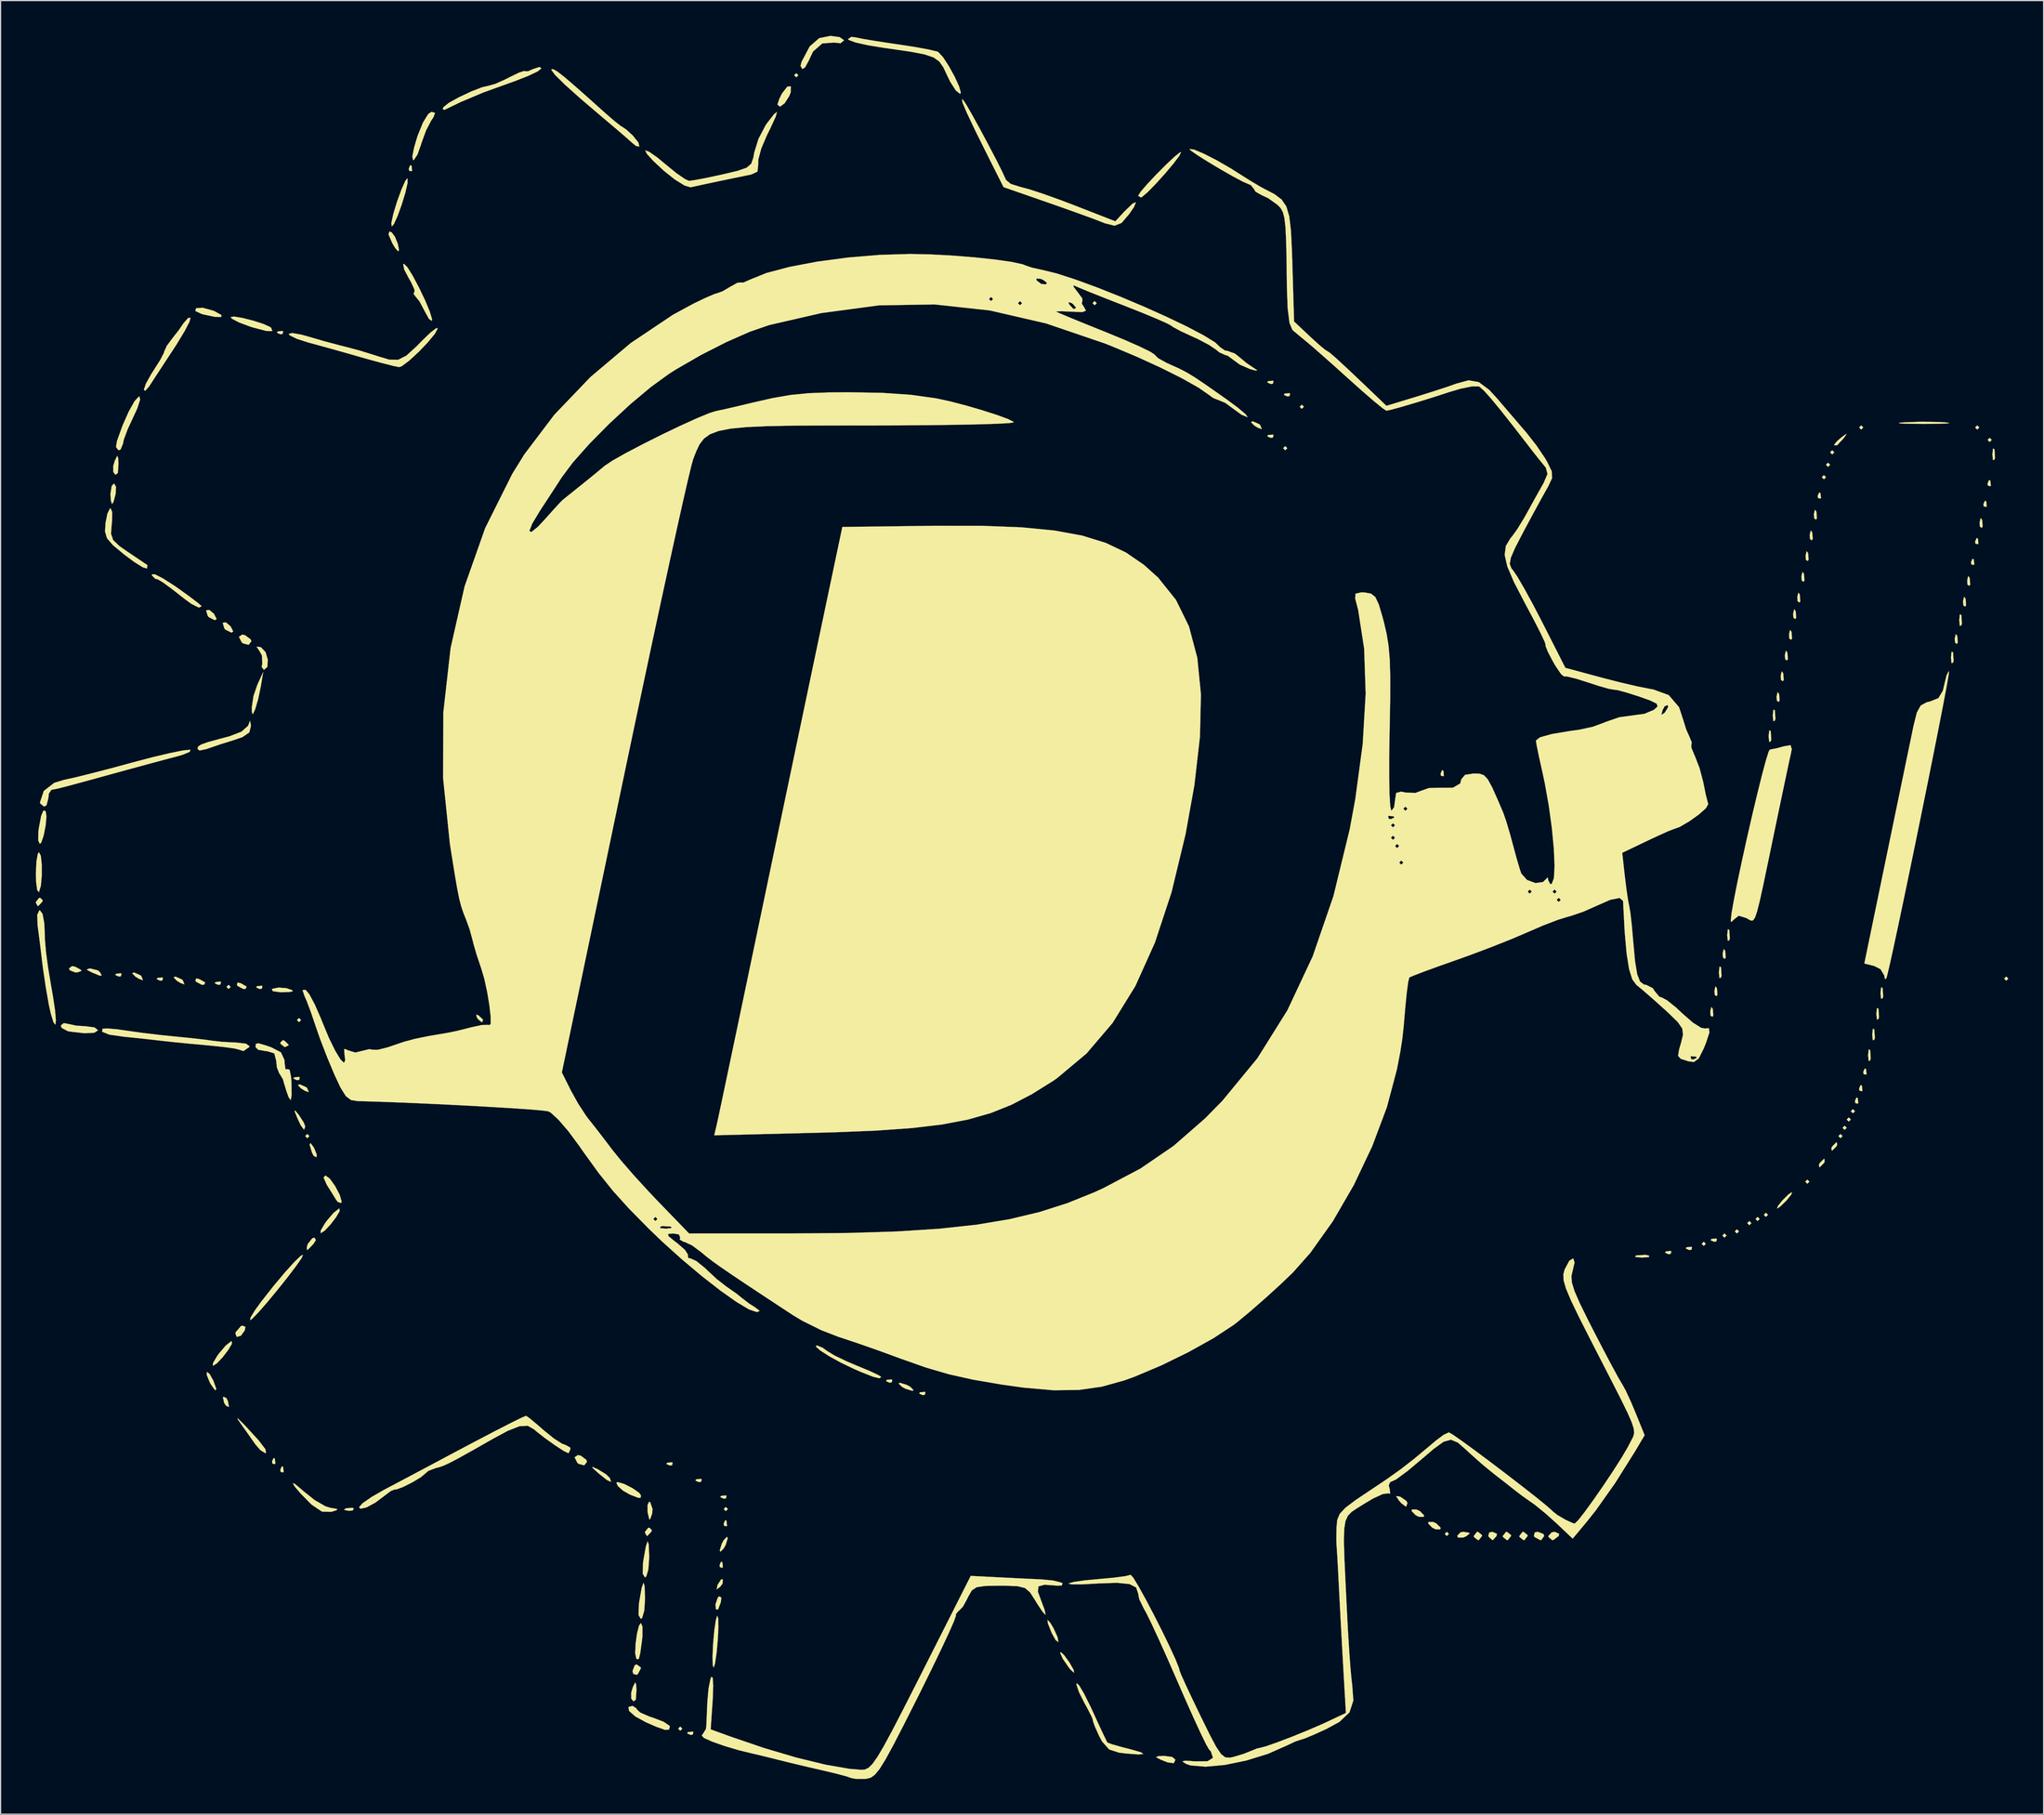
<source format=kicad_pcb>
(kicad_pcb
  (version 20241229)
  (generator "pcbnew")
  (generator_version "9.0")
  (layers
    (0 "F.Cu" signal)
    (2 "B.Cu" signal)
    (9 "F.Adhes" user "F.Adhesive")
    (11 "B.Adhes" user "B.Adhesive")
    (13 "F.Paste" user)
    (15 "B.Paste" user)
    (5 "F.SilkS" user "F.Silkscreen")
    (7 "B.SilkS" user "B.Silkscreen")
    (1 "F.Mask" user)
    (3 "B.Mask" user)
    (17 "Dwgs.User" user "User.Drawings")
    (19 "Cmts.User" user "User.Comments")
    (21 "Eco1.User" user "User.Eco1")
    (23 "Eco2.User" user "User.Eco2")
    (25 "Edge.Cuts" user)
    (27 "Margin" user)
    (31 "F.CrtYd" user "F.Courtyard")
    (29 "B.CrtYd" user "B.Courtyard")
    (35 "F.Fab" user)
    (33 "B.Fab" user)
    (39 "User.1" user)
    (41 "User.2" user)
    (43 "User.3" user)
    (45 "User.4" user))
  (footprint "logo"
    (layer "F.Cu")
    (at 83.966 74.441)
    (property "Reference" "logo" (at 0 0 0) (layer "F.SilkS") (effects (font (size 1.524 1.524) (thickness 0.3))))
    (attr through_hole)
    (fp_poly (pts (xy -67.381 6.526) (xy -67.557 6.703) (xy -67.733 6.526) (xy -67.557 6.35) (xy -67.381 6.526)) (stroke (width 0.01) (type solid)) (fill yes) (layer "F.SilkS"))
    (fp_poly (pts (xy -61.383 9.349) (xy -61.56 9.525) (xy -61.736 9.349) (xy -61.56 9.172) (xy -61.383 9.349)) (stroke (width 0.01) (type solid)) (fill yes) (layer "F.SilkS"))
    (fp_poly (pts (xy -60.678 19.226) (xy -60.854 19.403) (xy -61.031 19.226) (xy -60.854 19.05) (xy -60.678 19.226)) (stroke (width 0.01) (type solid)) (fill yes) (layer "F.SilkS"))
    (fp_poly (pts (xy -28.928 69.674) (xy -29.104 69.85) (xy -29.281 69.674) (xy -29.104 69.497) (xy -28.928 69.674)) (stroke (width 0.01) (type solid)) (fill yes) (layer "F.SilkS"))
    (fp_poly (pts (xy -25.047 50.976) (xy -25.224 51.153) (xy -25.4 50.976) (xy -25.224 50.8) (xy -25.047 50.976)) (stroke (width 0.01) (type solid)) (fill yes) (layer "F.SilkS"))
    (fp_poly (pts (xy -19.05 -71.085) (xy -19.226 -70.908) (xy -19.403 -71.085) (xy -19.226 -71.261) (xy -19.05 -71.085)) (stroke (width 0.01) (type solid)) (fill yes) (layer "F.SilkS"))
    (fp_poly (pts (xy 6.35 -51.682) (xy 6.174 -51.506) (xy 5.997 -51.682) (xy 6.174 -51.858) (xy 6.35 -51.682)) (stroke (width 0.01) (type solid)) (fill yes) (layer "F.SilkS"))
    (fp_poly (pts (xy 22.578 -39.335) (xy 22.401 -39.158) (xy 22.225 -39.335) (xy 22.401 -39.511) (xy 22.578 -39.335)) (stroke (width 0.01) (type solid)) (fill yes) (layer "F.SilkS"))
    (fp_poly (pts (xy 23.989 -42.862) (xy 23.812 -42.686) (xy 23.636 -42.862) (xy 23.812 -43.039) (xy 23.989 -42.862)) (stroke (width 0.01) (type solid)) (fill yes) (layer "F.SilkS"))
    (fp_poly (pts (xy 36.336 53.093) (xy 36.16 53.269) (xy 35.983 53.093) (xy 36.16 52.917) (xy 36.336 53.093)) (stroke (width 0.01) (type solid)) (fill yes) (layer "F.SilkS"))
    (fp_poly (pts (xy 58.208 28.399) (xy 58.032 28.575) (xy 57.856 28.399) (xy 58.032 28.222) (xy 58.208 28.399)) (stroke (width 0.01) (type solid)) (fill yes) (layer "F.SilkS"))
    (fp_poly (pts (xy 59.972 27.693) (xy 59.796 27.869) (xy 59.619 27.693) (xy 59.796 27.517) (xy 59.972 27.693)) (stroke (width 0.01) (type solid)) (fill yes) (layer "F.SilkS"))
    (fp_poly (pts (xy 61.031 27.34) (xy 60.854 27.517) (xy 60.678 27.34) (xy 60.854 27.164) (xy 61.031 27.34)) (stroke (width 0.01) (type solid)) (fill yes) (layer "F.SilkS"))
    (fp_poly (pts (xy 62.089 26.635) (xy 61.913 26.811) (xy 61.736 26.635) (xy 61.913 26.458) (xy 62.089 26.635)) (stroke (width 0.01) (type solid)) (fill yes) (layer "F.SilkS"))
    (fp_poly (pts (xy 62.794 26.282) (xy 62.618 26.458) (xy 62.442 26.282) (xy 62.618 26.106) (xy 62.794 26.282)) (stroke (width 0.01) (type solid)) (fill yes) (layer "F.SilkS"))
    (fp_poly (pts (xy 63.5 25.929) (xy 63.324 26.106) (xy 63.147 25.929) (xy 63.324 25.753) (xy 63.5 25.929)) (stroke (width 0.01) (type solid)) (fill yes) (layer "F.SilkS"))
    (fp_poly (pts (xy 67.028 23.107) (xy 66.851 23.283) (xy 66.675 23.107) (xy 66.851 22.931) (xy 67.028 23.107)) (stroke (width 0.01) (type solid)) (fill yes) (layer "F.SilkS"))
    (fp_poly (pts (xy 68.439 -36.865) (xy 68.263 -36.689) (xy 68.086 -36.865) (xy 68.263 -37.042) (xy 68.439 -36.865)) (stroke (width 0.01) (type solid)) (fill yes) (layer "F.SilkS"))
    (fp_poly (pts (xy 68.792 -37.924) (xy 68.615 -37.747) (xy 68.439 -37.924) (xy 68.615 -38.1) (xy 68.792 -37.924)) (stroke (width 0.01) (type solid)) (fill yes) (layer "F.SilkS"))
    (fp_poly (pts (xy 69.144 -38.982) (xy 68.968 -38.806) (xy 68.792 -38.982) (xy 68.968 -39.158) (xy 69.144 -38.982)) (stroke (width 0.01) (type solid)) (fill yes) (layer "F.SilkS"))
    (fp_poly (pts (xy 69.85 19.226) (xy 69.674 19.403) (xy 69.497 19.226) (xy 69.674 19.05) (xy 69.85 19.226)) (stroke (width 0.01) (type solid)) (fill yes) (layer "F.SilkS"))
    (fp_poly (pts (xy 70.203 18.521) (xy 70.026 18.697) (xy 69.85 18.521) (xy 70.026 18.344) (xy 70.203 18.521)) (stroke (width 0.01) (type solid)) (fill yes) (layer "F.SilkS"))
    (fp_poly (pts (xy 70.556 17.815) (xy 70.379 17.992) (xy 70.203 17.815) (xy 70.379 17.639) (xy 70.556 17.815)) (stroke (width 0.01) (type solid)) (fill yes) (layer "F.SilkS"))
    (fp_poly (pts (xy 70.908 17.11) (xy 70.732 17.286) (xy 70.556 17.11) (xy 70.732 16.933) (xy 70.908 17.11)) (stroke (width 0.01) (type solid)) (fill yes) (layer "F.SilkS"))
    (fp_poly (pts (xy 71.614 -41.099) (xy 71.438 -40.922) (xy 71.261 -41.099) (xy 71.438 -41.275) (xy 71.614 -41.099)) (stroke (width 0.01) (type solid)) (fill yes) (layer "F.SilkS"))
    (fp_poly (pts (xy 81.492 -41.099) (xy 81.315 -40.922) (xy 81.139 -41.099) (xy 81.315 -41.275) (xy 81.492 -41.099)) (stroke (width 0.01) (type solid)) (fill yes) (layer "F.SilkS"))
    (fp_poly (pts (xy 82.55 -40.04) (xy 82.374 -39.864) (xy 82.197 -40.04) (xy 82.374 -40.217) (xy 82.55 -40.04)) (stroke (width 0.01) (type solid)) (fill yes) (layer "F.SilkS"))
    (fp_poly (pts (xy 83.961 5.821) (xy 83.785 5.997) (xy 83.608 5.821) (xy 83.785 5.644) (xy 83.961 5.821)) (stroke (width 0.01) (type solid)) (fill yes) (layer "F.SilkS"))
    (fp_poly (pts (xy -76.67 5.409) (xy -76.719 5.619) (xy -76.906 5.644) (xy -77.196 5.515) (xy -77.141 5.409) (xy -76.722 5.367) (xy -76.67 5.409)) (stroke (width 0.01) (type solid)) (fill yes) (layer "F.SilkS"))
    (fp_poly (pts (xy -73.143 5.762) (xy -73.191 5.972) (xy -73.378 5.997) (xy -73.668 5.868) (xy -73.613 5.762) (xy -73.194 5.72) (xy -73.143 5.762)) (stroke (width 0.01) (type solid)) (fill yes) (layer "F.SilkS"))
    (fp_poly (pts (xy -68.204 6.115) (xy -68.252 6.325) (xy -68.439 6.35) (xy -68.729 6.221) (xy -68.674 6.115) (xy -68.255 6.073) (xy -68.204 6.115)) (stroke (width 0.01) (type solid)) (fill yes) (layer "F.SilkS"))
    (fp_poly (pts (xy -64.676 6.468) (xy -64.724 6.677) (xy -64.911 6.703) (xy -65.201 6.574) (xy -65.146 6.468) (xy -64.728 6.425) (xy -64.676 6.468)) (stroke (width 0.01) (type solid)) (fill yes) (layer "F.SilkS"))
    (fp_poly (pts (xy -63.618 46.684) (xy -63.575 47.103) (xy -63.618 47.155) (xy -63.827 47.106) (xy -63.853 46.919) (xy -63.724 46.629) (xy -63.618 46.684)) (stroke (width 0.01) (type solid)) (fill yes) (layer "F.SilkS"))
    (fp_poly (pts (xy -62.912 -49.271) (xy -62.96 -49.062) (xy -63.147 -49.036) (xy -63.438 -49.165) (xy -63.382 -49.271) (xy -62.964 -49.314) (xy -62.912 -49.271)) (stroke (width 0.01) (type solid)) (fill yes) (layer "F.SilkS"))
    (fp_poly (pts (xy -62.912 47.39) (xy -62.87 47.808) (xy -62.912 47.86) (xy -63.122 47.812) (xy -63.147 47.625) (xy -63.018 47.335) (xy -62.912 47.39)) (stroke (width 0.01) (type solid)) (fill yes) (layer "F.SilkS"))
    (fp_poly (pts (xy -61.501 14.229) (xy -61.549 14.438) (xy -61.736 14.464) (xy -62.026 14.335) (xy -61.971 14.229) (xy -61.553 14.186) (xy -61.501 14.229)) (stroke (width 0.01) (type solid)) (fill yes) (layer "F.SilkS"))
    (fp_poly (pts (xy -56.893 50.94) (xy -56.998 51.1) (xy -57.356 51.125) (xy -57.732 51.039) (xy -57.569 50.912) (xy -57.018 50.87) (xy -56.893 50.94)) (stroke (width 0.01) (type solid)) (fill yes) (layer "F.SilkS"))
    (fp_poly (pts (xy -51.976 -63.382) (xy -51.934 -62.964) (xy -51.976 -62.912) (xy -52.186 -62.96) (xy -52.211 -63.147) (xy -52.082 -63.438) (xy -51.976 -63.382)) (stroke (width 0.01) (type solid)) (fill yes) (layer "F.SilkS"))
    (fp_poly (pts (xy -29.751 47.037) (xy -29.799 47.247) (xy -29.986 47.272) (xy -30.276 47.143) (xy -30.221 47.037) (xy -29.803 46.995) (xy -29.751 47.037)) (stroke (width 0.01) (type solid)) (fill yes) (layer "F.SilkS"))
    (fp_poly (pts (xy -27.987 69.968) (xy -28.035 70.177) (xy -28.222 70.203) (xy -28.513 70.074) (xy -28.457 69.968) (xy -28.039 69.925) (xy -27.987 69.968)) (stroke (width 0.01) (type solid)) (fill yes) (layer "F.SilkS"))
    (fp_poly (pts (xy -27.281 48.448) (xy -27.33 48.658) (xy -27.517 48.683) (xy -27.807 48.554) (xy -27.752 48.448) (xy -27.333 48.406) (xy -27.281 48.448)) (stroke (width 0.01) (type solid)) (fill yes) (layer "F.SilkS"))
    (fp_poly (pts (xy -25.518 55.504) (xy -25.475 55.922) (xy -25.518 55.974) (xy -25.727 55.926) (xy -25.753 55.739) (xy -25.624 55.449) (xy -25.518 55.504)) (stroke (width 0.01) (type solid)) (fill yes) (layer "F.SilkS"))
    (fp_poly (pts (xy -25.165 49.859) (xy -25.213 50.069) (xy -25.4 50.094) (xy -25.69 49.965) (xy -25.635 49.859) (xy -25.217 49.817) (xy -25.165 49.859)) (stroke (width 0.01) (type solid)) (fill yes) (layer "F.SilkS"))
    (fp_poly (pts (xy -25.165 51.976) (xy -25.123 52.395) (xy -25.165 52.446) (xy -25.375 52.398) (xy -25.4 52.211) (xy -25.271 51.921) (xy -25.165 51.976)) (stroke (width 0.01) (type solid)) (fill yes) (layer "F.SilkS"))
    (fp_poly (pts (xy -11.054 39.981) (xy -11.102 40.191) (xy -11.289 40.217) (xy -11.579 40.088) (xy -11.524 39.981) (xy -11.105 39.939) (xy -11.054 39.981)) (stroke (width 0.01) (type solid)) (fill yes) (layer "F.SilkS"))
    (fp_poly (pts (xy -8.231 41.04) (xy -8.28 41.25) (xy -8.467 41.275) (xy -8.757 41.146) (xy -8.702 41.04) (xy -8.283 40.998) (xy -8.231 41.04)) (stroke (width 0.01) (type solid)) (fill yes) (layer "F.SilkS"))
    (fp_poly (pts (xy 21.402 -45.038) (xy 21.353 -44.828) (xy 21.167 -44.803) (xy 20.876 -44.932) (xy 20.931 -45.038) (xy 21.35 -45.08) (xy 21.402 -45.038)) (stroke (width 0.01) (type solid)) (fill yes) (layer "F.SilkS"))
    (fp_poly (pts (xy 21.402 -40.452) (xy 21.353 -40.242) (xy 21.167 -40.217) (xy 20.876 -40.346) (xy 20.931 -40.452) (xy 21.35 -40.494) (xy 21.402 -40.452)) (stroke (width 0.01) (type solid)) (fill yes) (layer "F.SilkS"))
    (fp_poly (pts (xy 22.813 -43.98) (xy 22.765 -43.77) (xy 22.578 -43.744) (xy 22.287 -43.874) (xy 22.343 -43.98) (xy 22.761 -44.022) (xy 22.813 -43.98)) (stroke (width 0.01) (type solid)) (fill yes) (layer "F.SilkS"))
    (fp_poly (pts (xy 35.866 -11.877) (xy 35.908 -11.458) (xy 35.866 -11.406) (xy 35.656 -11.455) (xy 35.631 -11.642) (xy 35.76 -11.932) (xy 35.866 -11.877)) (stroke (width 0.01) (type solid)) (fill yes) (layer "F.SilkS"))
    (fp_poly (pts (xy 55.269 29.045) (xy 55.22 29.255) (xy 55.033 29.281) (xy 54.743 29.151) (xy 54.798 29.045) (xy 55.217 29.003) (xy 55.269 29.045)) (stroke (width 0.01) (type solid)) (fill yes) (layer "F.SilkS"))
    (fp_poly (pts (xy 57.032 28.693) (xy 56.984 28.902) (xy 56.797 28.928) (xy 56.507 28.799) (xy 56.562 28.693) (xy 56.981 28.65) (xy 57.032 28.693)) (stroke (width 0.01) (type solid)) (fill yes) (layer "F.SilkS"))
    (fp_poly (pts (xy 58.802 8.401) (xy 58.844 8.952) (xy 58.774 9.077) (xy 58.614 8.971) (xy 58.589 8.614) (xy 58.675 8.237) (xy 58.802 8.401)) (stroke (width 0.01) (type solid)) (fill yes) (layer "F.SilkS"))
    (fp_poly (pts (xy 59.149 27.987) (xy 59.101 28.197) (xy 58.914 28.222) (xy 58.624 28.093) (xy 58.679 27.987) (xy 59.097 27.945) (xy 59.149 27.987)) (stroke (width 0.01) (type solid)) (fill yes) (layer "F.SilkS"))
    (fp_poly (pts (xy 59.155 6.637) (xy 59.197 7.188) (xy 59.127 7.313) (xy 58.967 7.208) (xy 58.942 6.85) (xy 59.028 6.473) (xy 59.155 6.637)) (stroke (width 0.01) (type solid)) (fill yes) (layer "F.SilkS"))
    (fp_poly (pts (xy 59.5 4.851) (xy 59.547 5.573) (xy 59.5 5.733) (xy 59.372 5.777) (xy 59.322 5.292) (xy 59.378 4.791) (xy 59.5 4.851)) (stroke (width 0.01) (type solid)) (fill yes) (layer "F.SilkS"))
    (fp_poly (pts (xy 59.86 3.462) (xy 59.902 4.013) (xy 59.833 4.138) (xy 59.672 4.033) (xy 59.647 3.675) (xy 59.733 3.298) (xy 59.86 3.462)) (stroke (width 0.01) (type solid)) (fill yes) (layer "F.SilkS"))
    (fp_poly (pts (xy 60.206 1.676) (xy 60.252 2.398) (xy 60.206 2.558) (xy 60.077 2.602) (xy 60.028 2.117) (xy 60.083 1.616) (xy 60.206 1.676)) (stroke (width 0.01) (type solid)) (fill yes) (layer "F.SilkS"))
    (fp_poly (pts (xy 63.734 -15.258) (xy 63.78 -14.535) (xy 63.734 -14.376) (xy 63.605 -14.331) (xy 63.556 -14.817) (xy 63.611 -15.317) (xy 63.734 -15.258)) (stroke (width 0.01) (type solid)) (fill yes) (layer "F.SilkS"))
    (fp_poly (pts (xy 64.086 -17.022) (xy 64.133 -16.299) (xy 64.086 -16.14) (xy 63.958 -16.095) (xy 63.908 -16.581) (xy 63.964 -17.081) (xy 64.086 -17.022)) (stroke (width 0.01) (type solid)) (fill yes) (layer "F.SilkS"))
    (fp_poly (pts (xy 64.447 -18.411) (xy 64.489 -17.859) (xy 64.419 -17.734) (xy 64.258 -17.84) (xy 64.233 -18.197) (xy 64.32 -18.574) (xy 64.447 -18.411)) (stroke (width 0.01) (type solid)) (fill yes) (layer "F.SilkS"))
    (fp_poly (pts (xy 64.799 -20.174) (xy 64.841 -19.623) (xy 64.771 -19.498) (xy 64.611 -19.604) (xy 64.586 -19.961) (xy 64.672 -20.338) (xy 64.799 -20.174)) (stroke (width 0.01) (type solid)) (fill yes) (layer "F.SilkS"))
    (fp_poly (pts (xy 65.152 -21.938) (xy 65.194 -21.387) (xy 65.124 -21.262) (xy 64.964 -21.367) (xy 64.939 -21.725) (xy 65.025 -22.102) (xy 65.152 -21.938)) (stroke (width 0.01) (type solid)) (fill yes) (layer "F.SilkS"))
    (fp_poly (pts (xy 65.505 -23.702) (xy 65.547 -23.151) (xy 65.477 -23.026) (xy 65.317 -23.131) (xy 65.292 -23.489) (xy 65.378 -23.866) (xy 65.505 -23.702)) (stroke (width 0.01) (type solid)) (fill yes) (layer "F.SilkS"))
    (fp_poly (pts (xy 65.858 -25.466) (xy 65.9 -24.915) (xy 65.83 -24.79) (xy 65.669 -24.895) (xy 65.645 -25.253) (xy 65.731 -25.629) (xy 65.858 -25.466)) (stroke (width 0.01) (type solid)) (fill yes) (layer "F.SilkS"))
    (fp_poly (pts (xy 66.21 -26.877) (xy 66.252 -26.326) (xy 66.183 -26.201) (xy 66.022 -26.306) (xy 65.997 -26.664) (xy 66.083 -27.041) (xy 66.21 -26.877)) (stroke (width 0.01) (type solid)) (fill yes) (layer "F.SilkS"))
    (fp_poly (pts (xy 66.563 -28.641) (xy 66.605 -28.09) (xy 66.535 -27.965) (xy 66.375 -28.07) (xy 66.35 -28.428) (xy 66.436 -28.804) (xy 66.563 -28.641)) (stroke (width 0.01) (type solid)) (fill yes) (layer "F.SilkS"))
    (fp_poly (pts (xy 66.916 -30.405) (xy 66.958 -29.854) (xy 66.888 -29.729) (xy 66.728 -29.834) (xy 66.703 -30.192) (xy 66.789 -30.568) (xy 66.916 -30.405)) (stroke (width 0.01) (type solid)) (fill yes) (layer "F.SilkS"))
    (fp_poly (pts (xy 67.269 -32.169) (xy 67.311 -31.618) (xy 67.241 -31.493) (xy 67.081 -31.598) (xy 67.056 -31.956) (xy 67.142 -32.332) (xy 67.269 -32.169)) (stroke (width 0.01) (type solid)) (fill yes) (layer "F.SilkS"))
    (fp_poly (pts (xy 67.622 -33.933) (xy 67.664 -33.381) (xy 67.594 -33.257) (xy 67.433 -33.362) (xy 67.408 -33.72) (xy 67.495 -34.096) (xy 67.622 -33.933)) (stroke (width 0.01) (type solid)) (fill yes) (layer "F.SilkS"))
    (fp_poly (pts (xy 67.969 -35.513) (xy 68.011 -35.094) (xy 67.969 -35.043) (xy 67.759 -35.091) (xy 67.733 -35.278) (xy 67.862 -35.568) (xy 67.969 -35.513)) (stroke (width 0.01) (type solid)) (fill yes) (layer "F.SilkS"))
    (fp_poly (pts (xy 71.144 15.993) (xy 71.186 16.411) (xy 71.144 16.463) (xy 70.934 16.415) (xy 70.908 16.228) (xy 71.037 15.937) (xy 71.144 15.993)) (stroke (width 0.01) (type solid)) (fill yes) (layer "F.SilkS"))
    (fp_poly (pts (xy 71.496 14.934) (xy 71.539 15.353) (xy 71.496 15.405) (xy 71.287 15.356) (xy 71.261 15.169) (xy 71.39 14.879) (xy 71.496 14.934)) (stroke (width 0.01) (type solid)) (fill yes) (layer "F.SilkS"))
    (fp_poly (pts (xy 71.849 13.523) (xy 71.891 13.942) (xy 71.849 13.994) (xy 71.639 13.945) (xy 71.614 13.758) (xy 71.743 13.468) (xy 71.849 13.523)) (stroke (width 0.01) (type solid)) (fill yes) (layer "F.SilkS"))
    (fp_poly (pts (xy 72.2 11.906) (xy 72.247 12.629) (xy 72.2 12.788) (xy 72.072 12.833) (xy 72.022 12.347) (xy 72.078 11.846) (xy 72.2 11.906)) (stroke (width 0.01) (type solid)) (fill yes) (layer "F.SilkS"))
    (fp_poly (pts (xy 72.553 10.142) (xy 72.6 10.865) (xy 72.553 11.024) (xy 72.424 11.069) (xy 72.375 10.583) (xy 72.431 10.083) (xy 72.553 10.142)) (stroke (width 0.01) (type solid)) (fill yes) (layer "F.SilkS"))
    (fp_poly (pts (xy 72.906 8.378) (xy 72.952 9.101) (xy 72.906 9.26) (xy 72.777 9.305) (xy 72.728 8.819) (xy 72.783 8.319) (xy 72.906 8.378)) (stroke (width 0.01) (type solid)) (fill yes) (layer "F.SilkS"))
    (fp_poly (pts (xy 73.259 6.615) (xy 73.305 7.337) (xy 73.259 7.497) (xy 73.13 7.541) (xy 73.081 7.056) (xy 73.136 6.555) (xy 73.259 6.615)) (stroke (width 0.01) (type solid)) (fill yes) (layer "F.SilkS"))
    (fp_poly (pts (xy 79.256 -21.96) (xy 79.302 -21.238) (xy 79.256 -21.078) (xy 79.127 -21.034) (xy 79.078 -21.519) (xy 79.133 -22.02) (xy 79.256 -21.96)) (stroke (width 0.01) (type solid)) (fill yes) (layer "F.SilkS"))
    (fp_poly (pts (xy 79.616 -23.349) (xy 79.658 -22.798) (xy 79.588 -22.673) (xy 79.428 -22.779) (xy 79.403 -23.136) (xy 79.489 -23.513) (xy 79.616 -23.349)) (stroke (width 0.01) (type solid)) (fill yes) (layer "F.SilkS"))
    (fp_poly (pts (xy 79.961 -25.135) (xy 80.008 -24.413) (xy 79.961 -24.253) (xy 79.833 -24.209) (xy 79.783 -24.694) (xy 79.839 -25.195) (xy 79.961 -25.135)) (stroke (width 0.01) (type solid)) (fill yes) (layer "F.SilkS"))
    (fp_poly (pts (xy 80.322 -26.524) (xy 80.364 -25.973) (xy 80.294 -25.848) (xy 80.133 -25.954) (xy 80.108 -26.311) (xy 80.195 -26.688) (xy 80.322 -26.524)) (stroke (width 0.01) (type solid)) (fill yes) (layer "F.SilkS"))
    (fp_poly (pts (xy 80.674 -28.288) (xy 80.716 -27.737) (xy 80.646 -27.612) (xy 80.486 -27.717) (xy 80.461 -28.075) (xy 80.547 -28.452) (xy 80.674 -28.288)) (stroke (width 0.01) (type solid)) (fill yes) (layer "F.SilkS"))
    (fp_poly (pts (xy 81.021 -29.869) (xy 81.064 -29.45) (xy 81.021 -29.398) (xy 80.812 -29.447) (xy 80.786 -29.633) (xy 80.915 -29.924) (xy 81.021 -29.869)) (stroke (width 0.01) (type solid)) (fill yes) (layer "F.SilkS"))
    (fp_poly (pts (xy 81.374 -31.632) (xy 81.416 -31.214) (xy 81.374 -31.162) (xy 81.164 -31.21) (xy 81.139 -31.397) (xy 81.268 -31.688) (xy 81.374 -31.632)) (stroke (width 0.01) (type solid)) (fill yes) (layer "F.SilkS"))
    (fp_poly (pts (xy 81.733 -33.227) (xy 81.775 -32.676) (xy 81.705 -32.551) (xy 81.544 -32.656) (xy 81.52 -33.014) (xy 81.606 -33.391) (xy 81.733 -33.227)) (stroke (width 0.01) (type solid)) (fill yes) (layer "F.SilkS"))
    (fp_poly (pts (xy 82.08 -34.807) (xy 82.122 -34.389) (xy 82.08 -34.337) (xy 81.87 -34.385) (xy 81.844 -34.572) (xy 81.974 -34.863) (xy 82.08 -34.807)) (stroke (width 0.01) (type solid)) (fill yes) (layer "F.SilkS"))
    (fp_poly (pts (xy 82.432 -36.571) (xy 82.475 -36.153) (xy 82.432 -36.101) (xy 82.223 -36.149) (xy 82.197 -36.336) (xy 82.326 -36.626) (xy 82.432 -36.571)) (stroke (width 0.01) (type solid)) (fill yes) (layer "F.SilkS"))
    (fp_poly (pts (xy 82.784 -39.247) (xy 82.83 -38.524) (xy 82.784 -38.365) (xy 82.655 -38.32) (xy 82.606 -38.806) (xy 82.661 -39.306) (xy 82.784 -39.247)) (stroke (width 0.01) (type solid)) (fill yes) (layer "F.SilkS"))
    (fp_poly (pts (xy -75.041 5.548) (xy -74.965 5.644) (xy -74.841 5.962) (xy -75.175 5.842) (xy -75.494 5.644) (xy -75.766 5.361) (xy -75.603 5.297) (xy -75.041 5.548)) (stroke (width 0.01) (type solid)) (fill yes) (layer "F.SilkS"))
    (fp_poly (pts (xy -71.513 5.901) (xy -71.438 5.997) (xy -71.313 6.315) (xy -71.647 6.195) (xy -71.967 5.997) (xy -72.238 5.714) (xy -72.076 5.65) (xy -71.513 5.901)) (stroke (width 0.01) (type solid)) (fill yes) (layer "F.SilkS"))
    (fp_poly (pts (xy -70.045 5.863) (xy -69.548 6.147) (xy -69.631 6.331) (xy -69.829 6.35) (xy -70.308 6.094) (xy -70.377 6.001) (xy -70.32 5.801) (xy -70.045 5.863)) (stroke (width 0.01) (type solid)) (fill yes) (layer "F.SilkS"))
    (fp_poly (pts (xy -68.799 -25.232) (xy -68.571 -24.789) (xy -68.728 -24.694) (xy -69.245 -24.954) (xy -69.335 -25.071) (xy -69.467 -25.53) (xy -69.194 -25.568) (xy -68.799 -25.232)) (stroke (width 0.01) (type solid)) (fill yes) (layer "F.SilkS"))
    (fp_poly (pts (xy -67.744 41.532) (xy -67.612 41.789) (xy -67.521 42.286) (xy -67.758 42.19) (xy -67.924 41.957) (xy -68.033 41.495) (xy -67.989 41.413) (xy -67.744 41.532)) (stroke (width 0.01) (type solid)) (fill yes) (layer "F.SilkS"))
    (fp_poly (pts (xy -67.388 -24.174) (xy -67.16 -23.73) (xy -67.317 -23.636) (xy -67.834 -23.896) (xy -67.924 -24.012) (xy -68.056 -24.472) (xy -67.783 -24.509) (xy -67.388 -24.174)) (stroke (width 0.01) (type solid)) (fill yes) (layer "F.SilkS"))
    (fp_poly (pts (xy -66.517 6.215) (xy -66.02 6.5) (xy -66.104 6.684) (xy -66.301 6.703) (xy -66.78 6.447) (xy -66.849 6.354) (xy -66.792 6.154) (xy -66.517 6.215)) (stroke (width 0.01) (type solid)) (fill yes) (layer "F.SilkS"))
    (fp_poly (pts (xy -60.93 15.073) (xy -60.854 15.169) (xy -60.73 15.487) (xy -61.064 15.367) (xy -61.383 15.169) (xy -61.655 14.886) (xy -61.492 14.822) (xy -60.93 15.073)) (stroke (width 0.01) (type solid)) (fill yes) (layer "F.SilkS"))
    (fp_poly (pts (xy -60.282 20.223) (xy -60.048 20.808) (xy -60.073 21.032) (xy -60.313 20.906) (xy -60.458 20.624) (xy -60.658 19.954) (xy -60.576 19.82) (xy -60.282 20.223)) (stroke (width 0.01) (type solid)) (fill yes) (layer "F.SilkS"))
    (fp_poly (pts (xy -46.268 8.962) (xy -45.89 9.317) (xy -45.967 9.522) (xy -46.017 9.525) (xy -46.315 9.274) (xy -46.424 9.118) (xy -46.466 8.876) (xy -46.268 8.962)) (stroke (width 0.01) (type solid)) (fill yes) (layer "F.SilkS"))
    (fp_poly (pts (xy -25.605 58.518) (xy -25.65 58.913) (xy -25.885 59.525) (xy -26.06 59.517) (xy -26.106 59.111) (xy -25.912 58.524) (xy -25.786 58.405) (xy -25.605 58.518)) (stroke (width 0.01) (type solid)) (fill yes) (layer "F.SilkS"))
    (fp_poly (pts (xy -25.508 57.337) (xy -25.709 57.597) (xy -26.006 57.82) (xy -25.932 57.466) (xy -25.906 57.399) (xy -25.627 56.967) (xy -25.468 56.964) (xy -25.508 57.337)) (stroke (width 0.01) (type solid)) (fill yes) (layer "F.SilkS"))
    (fp_poly (pts (xy 20.209 -41.371) (xy 20.285 -41.275) (xy 20.409 -40.958) (xy 20.075 -41.077) (xy 19.756 -41.275) (xy 19.484 -41.558) (xy 19.647 -41.622) (xy 20.209 -41.371)) (stroke (width 0.01) (type solid)) (fill yes) (layer "F.SilkS"))
    (fp_poly (pts (xy -83.377 -0.842) (xy -83.432 -0.706) (xy -83.749 -0.369) (xy -83.806 -0.353) (xy -83.957 -0.626) (xy -83.961 -0.706) (xy -83.69 -1.045) (xy -83.588 -1.058) (xy -83.377 -0.842)) (stroke (width 0.01) (type solid)) (fill yes) (layer "F.SilkS"))
    (fp_poly (pts (xy -80.61 4.811) (xy -80.146 5.062) (xy -80.081 5.153) (xy -80.369 5.276) (xy -80.61 5.292) (xy -81.079 5.107) (xy -81.139 4.95) (xy -80.88 4.756) (xy -80.61 4.811)) (stroke (width 0.01) (type solid)) (fill yes) (layer "F.SilkS"))
    (fp_poly (pts (xy -78.671 5.125) (xy -78.493 5.292) (xy -78.355 5.565) (xy -78.557 5.556) (xy -79.199 5.292) (xy -79.642 5.059) (xy -79.443 4.971) (xy -79.308 4.964) (xy -78.671 5.125)) (stroke (width 0.01) (type solid)) (fill yes) (layer "F.SilkS"))
    (fp_poly (pts (xy -77.138 -36.043) (xy -77.172 -35.454) (xy -77.344 -34.793) (xy -77.476 -34.572) (xy -77.578 -34.875) (xy -77.611 -35.454) (xy -77.507 -36.117) (xy -77.307 -36.336) (xy -77.138 -36.043)) (stroke (width 0.01) (type solid)) (fill yes) (layer "F.SilkS"))
    (fp_poly (pts (xy -76.952 -38.483) (xy -76.93 -38.012) (xy -76.983 -37.219) (xy -77.186 -37.073) (xy -77.37 -37.306) (xy -77.376 -37.812) (xy -77.239 -38.276) (xy -77.036 -38.688) (xy -76.952 -38.483)) (stroke (width 0.01) (type solid)) (fill yes) (layer "F.SilkS"))
    (fp_poly (pts (xy -69.176 39.47) (xy -68.857 40.039) (xy -68.6 40.756) (xy -68.695 40.874) (xy -69.066 40.358) (xy -69.161 40.186) (xy -69.411 39.564) (xy -69.407 39.303) (xy -69.176 39.47)) (stroke (width 0.01) (type solid)) (fill yes) (layer "F.SilkS"))
    (fp_poly (pts (xy -66.146 -23.411) (xy -65.679 -23.065) (xy -65.617 -22.893) (xy -65.853 -22.595) (xy -66.333 -22.722) (xy -66.44 -22.813) (xy -66.675 -23.282) (xy -66.387 -23.468) (xy -66.146 -23.411)) (stroke (width 0.01) (type solid)) (fill yes) (layer "F.SilkS"))
    (fp_poly (pts (xy -66.123 35.469) (xy -66.183 35.777) (xy -66.51 36.221) (xy -66.861 36.322) (xy -66.977 36.034) (xy -66.947 35.917) (xy -66.515 35.417) (xy -66.388 35.359) (xy -66.123 35.469)) (stroke (width 0.01) (type solid)) (fill yes) (layer "F.SilkS"))
    (fp_poly (pts (xy -62.794 11.113) (xy -62.458 11.43) (xy -62.442 11.486) (xy -62.715 11.638) (xy -62.794 11.642) (xy -63.134 11.37) (xy -63.147 11.268) (xy -62.931 11.057) (xy -62.794 11.113)) (stroke (width 0.01) (type solid)) (fill yes) (layer "F.SilkS"))
    (fp_poly (pts (xy -61.565 17.442) (xy -61.152 18.076) (xy -61.031 18.412) (xy -61.13 18.686) (xy -61.414 18.307) (xy -61.685 17.727) (xy -61.941 17.096) (xy -61.884 17.053) (xy -61.565 17.442)) (stroke (width 0.01) (type solid)) (fill yes) (layer "F.SilkS"))
    (fp_poly (pts (xy -60.127 28.079) (xy -60.325 28.399) (xy -60.742 28.837) (xy -60.886 28.928) (xy -60.89 28.661) (xy -60.805 28.399) (xy -60.435 27.931) (xy -60.244 27.869) (xy -60.127 28.079)) (stroke (width 0.01) (type solid)) (fill yes) (layer "F.SilkS"))
    (fp_poly (pts (xy -37.571 46.439) (xy -37.104 46.785) (xy -37.042 46.957) (xy -37.278 47.255) (xy -37.758 47.128) (xy -37.865 47.037) (xy -38.1 46.568) (xy -37.812 46.382) (xy -37.571 46.439)) (stroke (width 0.01) (type solid)) (fill yes) (layer "F.SilkS"))
    (fp_poly (pts (xy -36.091 47.607) (xy -35.4 48.035) (xy -35.1 48.332) (xy -34.99 48.66) (xy -35.335 48.514) (xy -36.032 47.958) (xy -36.565 47.479) (xy -36.571 47.389) (xy -36.091 47.607)) (stroke (width 0.01) (type solid)) (fill yes) (layer "F.SilkS"))
    (fp_poly (pts (xy -32.854 65.939) (xy -32.833 66.41) (xy -32.886 67.203) (xy -33.088 67.349) (xy -33.273 67.116) (xy -33.279 66.611) (xy -33.142 66.146) (xy -32.939 65.734) (xy -32.854 65.939)) (stroke (width 0.01) (type solid)) (fill yes) (layer "F.SilkS"))
    (fp_poly (pts (xy -32.466 64.459) (xy -32.456 64.538) (xy -32.712 65.015) (xy -32.808 65.088) (xy -33.11 65.008) (xy -33.161 64.756) (xy -32.977 64.273) (xy -32.808 64.206) (xy -32.466 64.459)) (stroke (width 0.01) (type solid)) (fill yes) (layer "F.SilkS"))
    (fp_poly (pts (xy -31.659 50.397) (xy -31.461 50.98) (xy -31.5 51.38) (xy -31.666 51.838) (xy -31.738 51.858) (xy -31.885 51.225) (xy -31.886 50.634) (xy -31.754 50.354) (xy -31.659 50.397)) (stroke (width 0.01) (type solid)) (fill yes) (layer "F.SilkS"))
    (fp_poly (pts (xy -31.518 52.78) (xy -31.574 52.917) (xy -31.891 53.253) (xy -31.947 53.269) (xy -32.099 52.997) (xy -32.103 52.917) (xy -31.832 52.577) (xy -31.729 52.564) (xy -31.518 52.78)) (stroke (width 0.01) (type solid)) (fill yes) (layer "F.SilkS"))
    (fp_poly (pts (xy -25.058 53.446) (xy -25.234 54.026) (xy -25.4 54.328) (xy -25.68 54.61) (xy -25.742 54.504) (xy -25.566 53.924) (xy -25.4 53.622) (xy -25.12 53.34) (xy -25.058 53.446)) (stroke (width 0.01) (type solid)) (fill yes) (layer "F.SilkS"))
    (fp_poly (pts (xy -9.827 40.403) (xy -9.525 40.569) (xy -9.243 40.849) (xy -9.349 40.911) (xy -9.928 40.736) (xy -10.231 40.569) (xy -10.513 40.29) (xy -10.407 40.227) (xy -9.827 40.403)) (stroke (width 0.01) (type solid)) (fill yes) (layer "F.SilkS"))
    (fp_poly (pts (xy 12.786 72.084) (xy 13.053 72.319) (xy 12.911 72.613) (xy 12.391 72.544) (xy 11.818 72.319) (xy 11.4 72.103) (xy 11.595 72.014) (xy 12.083 71.991) (xy 12.786 72.084)) (stroke (width 0.01) (type solid)) (fill yes) (layer "F.SilkS"))
    (fp_poly (pts (xy 32.117 49.906) (xy 32.229 49.948) (xy 32.726 50.292) (xy 32.808 50.485) (xy 32.685 50.781) (xy 32.284 50.479) (xy 32.096 50.263) (xy 31.839 49.88) (xy 32.117 49.906)) (stroke (width 0.01) (type solid)) (fill yes) (layer "F.SilkS"))
    (fp_poly (pts (xy 33.586 51.019) (xy 33.867 51.153) (xy 34.216 51.505) (xy 34.199 51.644) (xy 33.794 51.64) (xy 33.514 51.506) (xy 33.165 51.153) (xy 33.182 51.015) (xy 33.586 51.019)) (stroke (width 0.01) (type solid)) (fill yes) (layer "F.SilkS"))
    (fp_poly (pts (xy 34.997 52.077) (xy 35.278 52.211) (xy 35.627 52.563) (xy 35.61 52.702) (xy 35.205 52.698) (xy 34.925 52.564) (xy 34.576 52.212) (xy 34.593 52.073) (xy 34.997 52.077)) (stroke (width 0.01) (type solid)) (fill yes) (layer "F.SilkS"))
    (fp_poly (pts (xy 38.042 52.992) (xy 38.1 53.055) (xy 37.824 53.283) (xy 37.571 53.397) (xy 37.117 53.404) (xy 37.042 53.258) (xy 37.328 52.955) (xy 37.571 52.917) (xy 38.042 52.992)) (stroke (width 0.01) (type solid)) (fill yes) (layer "F.SilkS"))
    (fp_poly (pts (xy 39.148 53.185) (xy 39.158 53.269) (xy 38.89 53.612) (xy 38.806 53.622) (xy 38.463 53.354) (xy 38.453 53.269) (xy 38.721 52.927) (xy 38.806 52.917) (xy 39.148 53.185)) (stroke (width 0.01) (type solid)) (fill yes) (layer "F.SilkS"))
    (fp_poly (pts (xy 40.421 53.083) (xy 40.393 53.269) (xy 40.091 53.606) (xy 40.04 53.622) (xy 39.76 53.376) (xy 39.688 53.269) (xy 39.771 52.971) (xy 40.04 52.917) (xy 40.421 53.083)) (stroke (width 0.01) (type solid)) (fill yes) (layer "F.SilkS"))
    (fp_poly (pts (xy 41.618 53.185) (xy 41.628 53.269) (xy 41.359 53.612) (xy 41.275 53.622) (xy 40.932 53.354) (xy 40.922 53.269) (xy 41.191 52.927) (xy 41.275 52.917) (xy 41.618 53.185)) (stroke (width 0.01) (type solid)) (fill yes) (layer "F.SilkS"))
    (fp_poly (pts (xy 43.029 53.185) (xy 43.039 53.269) (xy 42.77 53.612) (xy 42.686 53.622) (xy 42.344 53.354) (xy 42.333 53.269) (xy 42.602 52.927) (xy 42.686 52.917) (xy 43.029 53.185)) (stroke (width 0.01) (type solid)) (fill yes) (layer "F.SilkS"))
    (fp_poly (pts (xy 44.383 53.101) (xy 44.45 53.269) (xy 44.197 53.612) (xy 44.118 53.622) (xy 43.64 53.366) (xy 43.568 53.269) (xy 43.648 52.967) (xy 43.9 52.917) (xy 44.383 53.101)) (stroke (width 0.01) (type solid)) (fill yes) (layer "F.SilkS"))
    (fp_poly (pts (xy 45.718 53.088) (xy 45.685 53.269) (xy 45.234 53.609) (xy 45.135 53.622) (xy 44.812 53.353) (xy 44.803 53.269) (xy 45.09 52.96) (xy 45.353 52.917) (xy 45.718 53.088)) (stroke (width 0.01) (type solid)) (fill yes) (layer "F.SilkS"))
    (fp_poly (pts (xy 53.364 29.402) (xy 53.376 29.518) (xy 52.824 29.565) (xy 52.74 29.565) (xy 52.193 29.514) (xy 52.245 29.406) (xy 52.306 29.389) (xy 53.074 29.337) (xy 53.364 29.402)) (stroke (width 0.01) (type solid)) (fill yes) (layer "F.SilkS"))
    (fp_poly (pts (xy 65.478 24.209) (xy 65.088 24.694) (xy 64.557 25.216) (xy 64.273 25.4) (xy 64.344 25.18) (xy 64.735 24.694) (xy 65.265 24.173) (xy 65.55 23.989) (xy 65.478 24.209)) (stroke (width 0.01) (type solid)) (fill yes) (layer "F.SilkS"))
    (fp_poly (pts (xy 68.328 21.395) (xy 68.263 21.519) (xy 67.93 21.856) (xy 67.868 21.872) (xy 67.844 21.644) (xy 67.91 21.519) (xy 68.242 21.183) (xy 68.304 21.167) (xy 68.328 21.395)) (stroke (width 0.01) (type solid)) (fill yes) (layer "F.SilkS"))
    (fp_poly (pts (xy 69.387 19.983) (xy 69.321 20.108) (xy 68.988 20.445) (xy 68.926 20.461) (xy 68.902 20.233) (xy 68.968 20.108) (xy 69.3 19.771) (xy 69.362 19.756) (xy 69.387 19.983)) (stroke (width 0.01) (type solid)) (fill yes) (layer "F.SilkS"))
    (fp_poly (pts (xy 70.092 -40.384) (xy 69.895 -40.128) (xy 69.38 -39.58) (xy 69.15 -39.582) (xy 69.144 -39.644) (xy 69.386 -39.939) (xy 69.762 -40.262) (xy 70.18 -40.567) (xy 70.092 -40.384)) (stroke (width 0.01) (type solid)) (fill yes) (layer "F.SilkS"))
    (fp_poly (pts (xy -53.665 -57.705) (xy -53.391 -57.331) (xy -53.149 -56.73) (xy -53.047 -56.223) (xy -53.114 -56.092) (xy -53.361 -56.36) (xy -53.61 -56.774) (xy -53.94 -57.532) (xy -53.864 -57.787) (xy -53.665 -57.705)) (stroke (width 0.01) (type solid)) (fill yes) (layer "F.SilkS"))
    (fp_poly (pts (xy 2.404 60.666) (xy 2.688 61.15) (xy 3.02 61.877) (xy 3.091 62.287) (xy 3.084 62.298) (xy 2.854 62.129) (xy 2.527 61.545) (xy 2.195 60.714) (xy 2.161 60.403) (xy 2.404 60.666)) (stroke (width 0.01) (type solid)) (fill yes) (layer "F.SilkS"))
    (fp_poly (pts (xy 3.572 63.408) (xy 4.025 64.029) (xy 4.397 64.684) (xy 4.422 64.916) (xy 4.11 64.634) (xy 3.979 64.47) (xy 3.478 63.743) (xy 3.249 63.25) (xy 3.29 63.147) (xy 3.572 63.408)) (stroke (width 0.01) (type solid)) (fill yes) (layer "F.SilkS"))
    (fp_poly (pts (xy -68.895 -51.053) (xy -68.74 -50.988) (xy -68.161 -50.667) (xy -68.188 -50.504) (xy -68.733 -50.517) (xy -69.709 -50.725) (xy -69.846 -50.762) (xy -70.388 -51.018) (xy -70.324 -51.254) (xy -69.76 -51.289) (xy -68.895 -51.053)) (stroke (width 0.01) (type solid)) (fill yes) (layer "F.SilkS"))
    (fp_poly (pts (xy -64.813 -19.05) (xy -65.034 -17.991) (xy -65.286 -17.133) (xy -65.295 -17.11) (xy -65.497 -16.673) (xy -65.569 -16.873) (xy -65.578 -17.286) (xy -65.432 -18.248) (xy -65.096 -19.226) (xy -64.608 -20.285) (xy -64.813 -19.05)) (stroke (width 0.01) (type solid)) (fill yes) (layer "F.SilkS"))
    (fp_poly (pts (xy -62.631 6.634) (xy -62.148 6.801) (xy -62.089 6.897) (xy -62.396 6.966) (xy -63.139 6.978) (xy -63.168 6.978) (xy -63.792 6.89) (xy -63.868 6.715) (xy -63.835 6.692) (xy -63.312 6.583) (xy -62.631 6.634)) (stroke (width 0.01) (type solid)) (fill yes) (layer "F.SilkS"))
    (fp_poly (pts (xy -19.698 -69.636) (xy -19.82 -69.321) (xy -20.215 -68.701) (xy -20.604 -68.41) (xy -20.81 -68.569) (xy -20.814 -68.638) (xy -20.666 -69.076) (xy -20.449 -69.52) (xy -19.99 -70.116) (xy -19.685 -70.138) (xy -19.698 -69.636)) (stroke (width 0.01) (type solid)) (fill yes) (layer "F.SilkS"))
    (fp_poly (pts (xy -83.129 -8.437) (xy -83.061 -7.991) (xy -83.134 -7.206) (xy -83.297 -6.37) (xy -83.5 -5.771) (xy -83.625 -5.644) (xy -83.764 -5.951) (xy -83.747 -6.712) (xy -83.713 -6.967) (xy -83.511 -8.038) (xy -83.317 -8.488) (xy -83.129 -8.437)) (stroke (width 0.01) (type solid)) (fill yes) (layer "F.SilkS"))
    (fp_poly (pts (xy -67.275 36.911) (xy -67.589 37.438) (xy -68.071 38.065) (xy -68.564 38.583) (xy -68.89 38.786) (xy -68.885 38.555) (xy -68.532 37.955) (xy -68.383 37.747) (xy -67.796 37.056) (xy -67.345 36.701) (xy -67.287 36.689) (xy -67.275 36.911)) (stroke (width 0.01) (type solid)) (fill yes) (layer "F.SilkS"))
    (fp_poly (pts (xy -64.889 -22.411) (xy -64.785 -22.372) (xy -64.405 -21.97) (xy -64.216 -21.318) (xy -64.256 -20.716) (xy -64.547 -20.461) (xy -64.741 -20.72) (xy -64.684 -20.995) (xy -64.715 -21.688) (xy -64.922 -22.061) (xy -65.175 -22.44) (xy -64.889 -22.411)) (stroke (width 0.01) (type solid)) (fill yes) (layer "F.SilkS"))
    (fp_poly (pts (xy -58.94 22.849) (xy -58.483 23.486) (xy -58.096 24.223) (xy -57.932 24.794) (xy -57.971 24.927) (xy -58.261 24.831) (xy -58.412 24.63) (xy -58.81 23.98) (xy -59.194 23.372) (xy -59.468 22.761) (xy -59.316 22.578) (xy -58.94 22.849)) (stroke (width 0.01) (type solid)) (fill yes) (layer "F.SilkS"))
    (fp_poly (pts (xy -58.103 25.622) (xy -58.417 26.149) (xy -58.899 26.776) (xy -59.392 27.294) (xy -59.718 27.497) (xy -59.713 27.266) (xy -59.359 26.666) (xy -59.211 26.458) (xy -58.624 25.767) (xy -58.173 25.413) (xy -58.115 25.4) (xy -58.103 25.622)) (stroke (width 0.01) (type solid)) (fill yes) (layer "F.SilkS"))
    (fp_poly (pts (xy -32.141 57.516) (xy -32.103 58.484) (xy -32.103 58.679) (xy -32.171 59.646) (xy -32.345 60.238) (xy -32.46 60.325) (xy -32.65 60.006) (xy -32.628 59.125) (xy -32.587 58.826) (xy -32.385 57.688) (xy -32.235 57.251) (xy -32.141 57.516)) (stroke (width 0.01) (type solid)) (fill yes) (layer "F.SilkS"))
    (fp_poly (pts (xy -31.788 53.989) (xy -31.751 54.956) (xy -31.75 55.151) (xy -31.819 56.118) (xy -31.993 56.71) (xy -32.107 56.797) (xy -32.298 56.478) (xy -32.275 55.597) (xy -32.234 55.298) (xy -32.032 54.16) (xy -31.883 53.724) (xy -31.788 53.989)) (stroke (width 0.01) (type solid)) (fill yes) (layer "F.SilkS"))
    (fp_poly (pts (xy 78.088 -41.564) (xy 78.593 -41.534) (xy 78.962 -41.481) (xy 78.694 -41.439) (xy 77.857 -41.412) (xy 76.729 -41.404) (xy 75.477 -41.415) (xy 74.759 -41.445) (xy 74.634 -41.489) (xy 75.065 -41.535) (xy 76.552 -41.587) (xy 78.088 -41.564)) (stroke (width 0.01) (type solid)) (fill yes) (layer "F.SilkS"))
    (fp_poly (pts (xy -83.539 -4.631) (xy -83.461 -3.882) (xy -83.46 -2.949) (xy -83.536 -2.093) (xy -83.688 -1.572) (xy -83.71 -1.545) (xy -83.849 -1.714) (xy -83.941 -2.418) (xy -83.961 -3.116) (xy -83.915 -4.142) (xy -83.797 -4.803) (xy -83.697 -4.939) (xy -83.539 -4.631)) (stroke (width 0.01) (type solid)) (fill yes) (layer "F.SilkS"))
    (fp_poly (pts (xy -81.286 9.664) (xy -80.526 9.823) (xy -79.699 9.878) (xy -78.968 9.978) (xy -78.669 10.216) (xy -78.985 10.429) (xy -79.822 10.47) (xy -81.017 10.334) (xy -81.245 10.293) (xy -81.759 10.018) (xy -81.844 9.814) (xy -81.585 9.606) (xy -81.286 9.664)) (stroke (width 0.01) (type solid)) (fill yes) (layer "F.SilkS"))
    (fp_poly (pts (xy -66.272 43.751) (xy -66.106 43.923) (xy -65.003 45.123) (xy -64.426 45.877) (xy -64.368 46.199) (xy -64.437 46.214) (xy -64.858 45.954) (xy -65.274 45.468) (xy -65.871 44.618) (xy -66.459 43.792) (xy -66.807 43.286) (xy -66.757 43.268) (xy -66.272 43.751)) (stroke (width 0.01) (type solid)) (fill yes) (layer "F.SilkS"))
    (fp_poly (pts (xy -52.319 -61.91) (xy -52.508 -61.089) (xy -52.814 -60.081) (xy -53.163 -59.115) (xy -53.48 -58.418) (xy -53.664 -58.208) (xy -53.697 -58.511) (xy -53.526 -59.301) (xy -53.207 -60.345) (xy -52.815 -61.413) (xy -52.494 -62.122) (xy -52.321 -62.316) (xy -52.319 -61.91)) (stroke (width 0.01) (type solid)) (fill yes) (layer "F.SilkS"))
    (fp_poly (pts (xy -33.879 48.841) (xy -33.17 49.2) (xy -32.605 49.592) (xy -32.456 49.798) (xy -32.476 50.021) (xy -32.688 50.017) (xy -33.317 49.774) (xy -33.39 49.744) (xy -33.978 49.408) (xy -34.422 49.007) (xy -34.542 48.724) (xy -34.433 48.683) (xy -33.879 48.841)) (stroke (width 0.01) (type solid)) (fill yes) (layer "F.SilkS"))
    (fp_poly (pts (xy -32.32 60.988) (xy -32.32 61.77) (xy -32.361 62.177) (xy -32.504 63.214) (xy -32.617 63.698) (xy -32.747 63.777) (xy -32.849 63.695) (xy -32.939 63.257) (xy -32.906 62.46) (xy -32.784 61.581) (xy -32.61 60.898) (xy -32.452 60.678) (xy -32.32 60.988)) (stroke (width 0.01) (type solid)) (fill yes) (layer "F.SilkS"))
    (fp_poly (pts (xy -25.874 60.269) (xy -25.857 61.017) (xy -25.904 62.064) (xy -26.012 63.246) (xy -26.144 64.123) (xy -26.255 64.472) (xy -26.337 64.262) (xy -26.354 63.513) (xy -26.307 62.467) (xy -26.199 61.284) (xy -26.068 60.408) (xy -25.956 60.058) (xy -25.874 60.269)) (stroke (width 0.01) (type solid)) (fill yes) (layer "F.SilkS"))
    (fp_poly (pts (xy -66.366 -50.421) (xy -65.455 -50.19) (xy -64.59 -49.912) (xy -64.011 -49.648) (xy -63.936 -49.589) (xy -63.831 -49.31) (xy -64.349 -49.317) (xy -65.467 -49.609) (xy -65.705 -49.683) (xy -66.666 -50.04) (xy -67.272 -50.361) (xy -67.381 -50.492) (xy -67.087 -50.543) (xy -66.366 -50.421)) (stroke (width 0.01) (type solid)) (fill yes) (layer "F.SilkS"))
    (fp_poly (pts (xy -75.089 -43.465) (xy -75.321 -42.741) (xy -75.665 -41.992) (xy -76.16 -40.922) (xy -76.483 -40.047) (xy -76.553 -39.699) (xy -76.752 -39.222) (xy -76.929 -39.158) (xy -77.142 -39.438) (xy -77.055 -39.952) (xy -76.58 -41.272) (xy -76.054 -42.455) (xy -75.564 -43.332) (xy -75.193 -43.735) (xy -75.148 -43.744) (xy -75.089 -43.465)) (stroke (width 0.01) (type solid)) (fill yes) (layer "F.SilkS"))
    (fp_poly (pts (xy -61.908 48.838) (xy -61.312 49.336) (xy -61.19 49.448) (xy -60.23 50.213) (xy -59.316 50.739) (xy -58.914 50.867) (xy -58.304 50.97) (xy -58.368 51.078) (xy -58.824 51.215) (xy -59.605 51.194) (xy -60.46 50.622) (xy -60.588 50.502) (xy -61.386 49.691) (xy -61.902 49.092) (xy -62.09 48.782) (xy -61.908 48.838)) (stroke (width 0.01) (type solid)) (fill yes) (layer "F.SilkS"))
    (fp_poly (pts (xy -49.976 -67.879) (xy -50.124 -67.495) (xy -50.301 -67.234) (xy -50.742 -66.393) (xy -51.137 -65.31) (xy -51.175 -65.176) (xy -51.476 -64.333) (xy -51.78 -63.878) (xy -51.849 -63.853) (xy -51.911 -64.154) (xy -51.76 -64.939) (xy -51.47 -65.911) (xy -51.003 -67.065) (xy -50.552 -67.793) (xy -50.279 -67.969) (xy -49.976 -67.879)) (stroke (width 0.01) (type solid)) (fill yes) (layer "F.SilkS"))
    (fp_poly (pts (xy -15.538 -74.331) (xy -15.173 -74.076) (xy -15.169 -74.045) (xy -15.458 -73.81) (xy -16.026 -73.869) (xy -17.011 -73.795) (xy -17.801 -73.101) (xy -18.169 -72.317) (xy -18.481 -71.748) (xy -18.71 -71.614) (xy -18.861 -71.877) (xy -18.774 -72.231) (xy -18.08 -73.54) (xy -17.273 -74.241) (xy -16.319 -74.436) (xy -15.538 -74.331)) (stroke (width 0.01) (type solid)) (fill yes) (layer "F.SilkS"))
    (fp_poly (pts (xy 13.392 -64.235) (xy 12.9 -63.581) (xy 12.195 -62.743) (xy 11.42 -61.882) (xy 10.715 -61.158) (xy 10.222 -60.731) (xy 10.106 -60.678) (xy 9.878 -60.827) (xy 10.1 -61.175) (xy 10.667 -61.831) (xy 11.432 -62.644) (xy 12.247 -63.463) (xy 12.963 -64.138) (xy 13.433 -64.517) (xy 13.531 -64.547) (xy 13.392 -64.235)) (stroke (width 0.01) (type solid)) (fill yes) (layer "F.SilkS"))
    (fp_poly (pts (xy -61.358 29.644) (xy -61.851 30.347) (xy -62.578 31.3) (xy -63.426 32.361) (xy -64.28 33.391) (xy -65.027 34.247) (xy -65.553 34.787) (xy -65.721 34.903) (xy -65.682 34.666) (xy -65.292 34.03) (xy -64.804 33.357) (xy -63.755 32.023) (xy -62.776 30.852) (xy -61.961 29.948) (xy -61.406 29.418) (xy -61.215 29.332) (xy -61.358 29.644)) (stroke (width 0.01) (type solid)) (fill yes) (layer "F.SilkS"))
    (fp_poly (pts (xy -32.818 67.961) (xy -32.808 68.03) (xy -32.504 68.305) (xy -31.741 68.638) (xy -31.397 68.75) (xy -30.524 69.085) (xy -30.028 69.417) (xy -29.986 69.511) (xy -30.066 69.763) (xy -30.399 69.774) (xy -31.122 69.519) (xy -32.015 69.134) (xy -32.926 68.636) (xy -33.456 68.167) (xy -33.518 67.833) (xy -33.161 67.733) (xy -32.818 67.961)) (stroke (width 0.01) (type solid)) (fill yes) (layer "F.SilkS"))
    (fp_poly (pts (xy -73.823 -28.595) (xy -73.135 -28.245) (xy -72.157 -27.62) (xy -71.967 -27.488) (xy -70.942 -26.753) (xy -70.19 -26.184) (xy -69.855 -25.891) (xy -69.85 -25.878) (xy -70.088 -25.766) (xy -70.719 -26.081) (xy -71.261 -26.475) (xy -72.417 -27.379) (xy -73.15 -27.915) (xy -73.583 -28.168) (xy -73.802 -28.222) (xy -74.073 -28.495) (xy -74.083 -28.598) (xy -73.823 -28.595)) (stroke (width 0.01) (type solid)) (fill yes) (layer "F.SilkS"))
    (fp_poly (pts (xy -16.978 37.248) (xy -16.608 37.514) (xy -15.989 37.895) (xy -14.958 38.394) (xy -14.023 38.79) (xy -12.965 39.229) (xy -12.231 39.572) (xy -11.994 39.728) (xy -12.152 39.844) (xy -12.692 39.713) (xy -13.718 39.306) (xy -14.294 39.056) (xy -15.417 38.519) (xy -16.427 37.963) (xy -17.186 37.476) (xy -17.561 37.141) (xy -17.481 37.042) (xy -16.978 37.248)) (stroke (width 0.01) (type solid)) (fill yes) (layer "F.SilkS"))
    (fp_poly (pts (xy -65.666 -15.801) (xy -65.658 -15.667) (xy -65.793 -15.136) (xy -66.371 -14.742) (xy -67.116 -14.484) (xy -68.246 -14.131) (xy -69.213 -13.802) (xy -69.409 -13.729) (xy -70.03 -13.599) (xy -70.203 -13.742) (xy -70.147 -13.937) (xy -69.886 -14.112) (xy -69.283 -14.322) (xy -68.197 -14.62) (xy -67.493 -14.803) (xy -66.458 -15.202) (xy -65.896 -15.699) (xy -65.858 -15.794) (xy -65.73 -16.134) (xy -65.666 -15.801)) (stroke (width 0.01) (type solid)) (fill yes) (layer "F.SilkS"))
    (fp_poly (pts (xy -52.331 -54.742) (xy -51.869 -53.995) (xy -51.334 -52.986) (xy -50.82 -51.908) (xy -50.423 -50.954) (xy -50.234 -50.316) (xy -50.252 -50.173) (xy -50.49 -50.334) (xy -50.839 -50.956) (xy -50.868 -51.019) (xy -51.293 -51.819) (xy -51.675 -52.294) (xy -51.832 -52.532) (xy -51.741 -52.558) (xy -51.723 -52.823) (xy -52.025 -53.481) (xy -52.211 -53.799) (xy -52.605 -54.554) (xy -52.69 -54.991) (xy -52.626 -55.033) (xy -52.331 -54.742)) (stroke (width 0.01) (type solid)) (fill yes) (layer "F.SilkS"))
    (fp_poly (pts (xy -77.469 -33.912) (xy -77.475 -33.147) (xy -77.505 -32.882) (xy -77.566 -32.066) (xy -77.384 -31.511) (xy -76.825 -30.984) (xy -76.148 -30.513) (xy -75.256 -29.914) (xy -74.633 -29.495) (xy -74.466 -29.382) (xy -74.499 -29.101) (xy -74.507 -29.092) (xy -74.857 -29.195) (xy -75.585 -29.648) (xy -76.44 -30.283) (xy -77.398 -31.078) (xy -77.902 -31.662) (xy -78.073 -32.233) (xy -78.036 -32.941) (xy -77.87 -33.774) (xy -77.652 -34.204) (xy -77.606 -34.219) (xy -77.469 -33.912)) (stroke (width 0.01) (type solid)) (fill yes) (layer "F.SilkS"))
    (fp_poly (pts (xy -70.889 -50.087) (xy -71.302 -49.296) (xy -71.956 -48.215) (xy -72.255 -47.753) (xy -73.07 -46.513) (xy -73.776 -45.434) (xy -74.25 -44.703) (xy -74.327 -44.583) (xy -74.654 -44.217) (xy -74.768 -44.313) (xy -74.596 -44.824) (xy -74.139 -45.647) (xy -73.907 -46.004) (xy -73.371 -46.853) (xy -73.058 -47.461) (xy -73.025 -47.587) (xy -72.819 -48.041) (xy -72.408 -48.6) (xy -71.772 -49.417) (xy -71.391 -49.976) (xy -71.001 -50.416) (xy -70.797 -50.442) (xy -70.889 -50.087)) (stroke (width 0.01) (type solid)) (fill yes) (layer "F.SilkS"))
    (fp_poly (pts (xy -83.393 0.314) (xy -83.247 1.105) (xy -83.227 1.499) (xy -83.187 2.563) (xy -83.096 3.611) (xy -82.928 4.848) (xy -82.657 6.482) (xy -82.507 7.336) (xy -82.33 8.51) (xy -82.258 9.383) (xy -82.3 9.745) (xy -82.463 9.54) (xy -82.686 8.814) (xy -82.855 8.054) (xy -83.119 6.547) (xy -83.354 4.961) (xy -83.424 4.41) (xy -83.587 3.044) (xy -83.757 1.717) (xy -83.811 1.323) (xy -83.85 0.407) (xy -83.668 0.007) (xy -83.625 0) (xy -83.393 0.314)) (stroke (width 0.01) (type solid)) (fill yes) (layer "F.SilkS"))
    (fp_poly (pts (xy -40.922 -71.672) (xy -41.232 -71.419) (xy -42.057 -71.025) (xy -43.239 -70.564) (xy -43.656 -70.417) (xy -45.897 -69.606) (xy -47.789 -68.809) (xy -49.179 -68.138) (xy -49.329 -68.209) (xy -49.252 -68.374) (xy -48.8 -68.736) (xy -47.932 -69.218) (xy -46.901 -69.701) (xy -45.955 -70.068) (xy -45.37 -70.203) (xy -44.827 -70.359) (xy -43.959 -70.749) (xy -43.651 -70.909) (xy -42.849 -71.299) (xy -42.382 -71.451) (xy -42.333 -71.426) (xy -42.074 -71.418) (xy -41.628 -71.614) (xy -41.086 -71.788) (xy -40.922 -71.672)) (stroke (width 0.01) (type solid)) (fill yes) (layer "F.SilkS"))
    (fp_poly (pts (xy -39.827 -71.559) (xy -39.498 -71.352) (xy -38.958 -70.926) (xy -38.127 -70.215) (xy -36.925 -69.152) (xy -35.514 -67.888) (xy -34.721 -67.201) (xy -34.164 -66.761) (xy -34.014 -66.675) (xy -33.687 -66.453) (xy -33.132 -65.94) (xy -32.667 -65.353) (xy -32.586 -65.014) (xy -32.872 -65.065) (xy -33.207 -65.339) (xy -33.703 -65.782) (xy -34.567 -66.526) (xy -35.627 -67.422) (xy -35.793 -67.561) (xy -37.585 -69.088) (xy -38.915 -70.279) (xy -39.756 -71.107) (xy -40.08 -71.547) (xy -40.026 -71.614) (xy -39.827 -71.559)) (stroke (width 0.01) (type solid)) (fill yes) (layer "F.SilkS"))
    (fp_poly (pts (xy -64.397 11.506) (xy -63.905 11.676) (xy -63.096 12.101) (xy -62.804 12.735) (xy -62.789 12.999) (xy -62.71 13.555) (xy -62.523 13.526) (xy -62.359 13.584) (xy -62.236 14.196) (xy -62.203 14.672) (xy -62.188 15.759) (xy -62.263 16.168) (xy -62.441 15.925) (xy -62.618 15.434) (xy -62.839 14.72) (xy -62.923 14.405) (xy -63.187 13.957) (xy -63.235 13.905) (xy -63.445 13.374) (xy -63.5 12.818) (xy -63.661 12.187) (xy -64.272 11.996) (xy -64.382 11.994) (xy -65.045 11.874) (xy -65.264 11.642) (xy -65.231 11.374) (xy -65.006 11.327) (xy -64.397 11.506)) (stroke (width 0.01) (type solid)) (fill yes) (layer "F.SilkS"))
    (fp_poly (pts (xy 4.865 66) (xy 5.285 66.716) (xy 5.826 67.801) (xy 5.997 68.17) (xy 6.553 69.381) (xy 6.992 70.317) (xy 7.236 70.814) (xy 7.259 70.852) (xy 7.626 70.995) (xy 8.47 71.236) (xy 9.234 71.43) (xy 10.112 71.681) (xy 10.322 71.83) (xy 9.894 71.868) (xy 8.859 71.787) (xy 8.259 71.716) (xy 7.414 71.444) (xy 6.804 70.76) (xy 6.547 70.273) (xy 6.185 69.466) (xy 6.025 69.008) (xy 6.033 68.968) (xy 5.941 68.693) (xy 5.587 67.993) (xy 5.301 67.473) (xy 4.848 66.572) (xy 4.633 65.944) (xy 4.645 65.793) (xy 4.865 66)) (stroke (width 0.01) (type solid)) (fill yes) (layer "F.SilkS"))
    (fp_poly (pts (xy -14.199 -74.311) (xy -13.581 -74.185) (xy -12.466 -73.998) (xy -11.059 -73.783) (xy -10.518 -73.705) (xy -9.103 -73.487) (xy -7.953 -73.276) (xy -7.251 -73.107) (xy -7.136 -73.06) (xy -6.729 -72.618) (xy -6.232 -71.856) (xy -5.746 -70.972) (xy -5.373 -70.159) (xy -5.216 -69.615) (xy -5.278 -69.497) (xy -5.647 -69.793) (xy -6.125 -70.543) (xy -6.369 -71.046) (xy -6.699 -71.75) (xy -7.043 -72.249) (xy -7.532 -72.599) (xy -8.295 -72.858) (xy -9.462 -73.083) (xy -11.164 -73.332) (xy -11.73 -73.411) (xy -13.103 -73.634) (xy -14.162 -73.872) (xy -14.749 -74.084) (xy -14.817 -74.161) (xy -14.542 -74.352) (xy -14.199 -74.311)) (stroke (width 0.01) (type solid)) (fill yes) (layer "F.SilkS"))
    (fp_poly (pts (xy -77.015 10.141) (xy -76.317 10.24) (xy -74.952 10.432) (xy -73.299 10.629) (xy -72.076 10.753) (xy -70.741 10.885) (xy -69.61 11.013) (xy -68.96 11.105) (xy -68.141 11.199) (xy -67.059 11.258) (xy -66.919 11.262) (xy -66.073 11.359) (xy -65.771 11.577) (xy -65.793 11.642) (xy -66.288 11.987) (xy -66.704 11.856) (xy -67.102 11.761) (xy -68.018 11.636) (xy -69.269 11.506) (xy -69.497 11.486) (xy -71.015 11.346) (xy -72.451 11.203) (xy -73.495 11.087) (xy -73.496 11.087) (xy -74.754 10.943) (xy -76.158 10.798) (xy -76.446 10.771) (xy -77.723 10.587) (xy -78.321 10.341) (xy -78.287 10.09) (xy -77.886 10.061) (xy -77.015 10.141)) (stroke (width 0.01) (type solid)) (fill yes) (layer "F.SilkS"))
    (fp_poly (pts (xy -70.815 -13.658) (xy -70.856 -13.492) (xy -71.443 -13.244) (xy -71.967 -13.092) (xy -72.97 -12.828) (xy -74.434 -12.434) (xy -76.14 -11.97) (xy -77.435 -11.615) (xy -79.348 -11.089) (xy -80.695 -10.722) (xy -81.589 -10.485) (xy -82.145 -10.347) (xy -82.475 -10.28) (xy -82.638 -10.258) (xy -82.854 -9.937) (xy -82.903 -9.525) (xy -83.051 -8.952) (xy -83.256 -8.819) (xy -83.594 -9.091) (xy -83.608 -9.195) (xy -83.285 -10.16) (xy -82.392 -10.85) (xy -81.589 -11.094) (xy -80.742 -11.278) (xy -79.395 -11.61) (xy -77.727 -12.041) (xy -75.918 -12.529) (xy -75.754 -12.574) (xy -74.048 -13.024) (xy -72.569 -13.376) (xy -71.46 -13.601) (xy -70.86 -13.666) (xy -70.815 -13.658)) (stroke (width 0.01) (type solid)) (fill yes) (layer "F.SilkS"))
    (fp_poly (pts (xy -49.987 -49.083) (xy -50.59 -48.351) (xy -51.377 -47.529) (xy -52.174 -46.793) (xy -52.805 -46.321) (xy -53.031 -46.238) (xy -53.545 -46.342) (xy -54.547 -46.598) (xy -55.847 -46.955) (xy -56.268 -47.075) (xy -57.852 -47.527) (xy -59.415 -47.964) (xy -60.65 -48.301) (xy -60.766 -48.332) (xy -61.733 -48.641) (xy -62.338 -48.938) (xy -62.442 -49.065) (xy -62.142 -49.138) (xy -61.374 -49.005) (xy -60.766 -48.837) (xy -59.414 -48.443) (xy -58.055 -48.081) (xy -57.679 -47.989) (xy -56.355 -47.636) (xy -54.994 -47.213) (xy -54.857 -47.166) (xy -53.859 -46.869) (xy -53.116 -46.862) (xy -52.417 -47.218) (xy -51.549 -48.009) (xy -51.13 -48.438) (xy -50.39 -49.158) (xy -49.887 -49.547) (xy -49.745 -49.548) (xy -49.987 -49.083)) (stroke (width 0.01) (type solid)) (fill yes) (layer "F.SilkS"))
    (fp_poly (pts (xy 65.527 -13.717) (xy 65.457 -13.363) (xy 65.321 -12.749) (xy 65.071 -11.577) (xy 64.734 -9.979) (xy 64.337 -8.089) (xy 64.011 -6.526) (xy 63.494 -4.038) (xy 63.101 -2.16) (xy 62.805 -0.811) (xy 62.579 0.088) (xy 62.399 0.617) (xy 62.237 0.857) (xy 62.067 0.886) (xy 61.864 0.785) (xy 61.655 0.662) (xy 61.01 0.467) (xy 60.638 0.757) (xy 60.38 1) (xy 60.33 0.89) (xy 60.4 0.254) (xy 60.6 -0.888) (xy 60.903 -2.413) (xy 61.282 -4.198) (xy 61.706 -6.12) (xy 62.15 -8.057) (xy 62.585 -9.885) (xy 62.982 -11.481) (xy 63.314 -12.723) (xy 63.552 -13.488) (xy 63.652 -13.674) (xy 64.268 -13.797) (xy 64.841 -13.955) (xy 65.422 -14.054) (xy 65.527 -13.717)) (stroke (width 0.01) (type solid)) (fill yes) (layer "F.SilkS"))
    (fp_poly (pts (xy -5.008 -68.968) (xy -4.725 -68.537) (xy -4.214 -67.646) (xy -3.563 -66.464) (xy -2.866 -65.16) (xy -2.21 -63.905) (xy -1.688 -62.867) (xy -1.39 -62.215) (xy -1.372 -62.167) (xy -0.96 -61.832) (xy -0.176 -61.587) (xy 0.592 -61.382) (xy 1.823 -60.978) (xy 3.323 -60.44) (xy 4.41 -60.026) (xy 7.938 -58.651) (xy 8.714 -59.488) (xy 9.404 -60.156) (xy 9.689 -60.278) (xy 9.531 -59.875) (xy 9.116 -59.267) (xy 8.468 -58.511) (xy 7.872 -58.277) (xy 7.034 -58.487) (xy 6.703 -58.62) (xy 6.013 -58.885) (xy 4.836 -59.314) (xy 3.352 -59.843) (xy 2.121 -60.274) (xy -1.58 -61.561) (xy -2.999 -64.383) (xy -4.02 -66.44) (xy -4.708 -67.893) (xy -5.072 -68.757) (xy -5.116 -69.047) (xy -5.008 -68.968)) (stroke (width 0.01) (type solid)) (fill yes) (layer "F.SilkS"))
    (fp_poly (pts (xy 78.913 -20.335) (xy 78.872 -19.977) (xy 78.704 -19.02) (xy 78.428 -17.558) (xy 78.063 -15.683) (xy 77.627 -13.486) (xy 77.141 -11.06) (xy 76.621 -8.498) (xy 76.088 -5.891) (xy 75.56 -3.332) (xy 75.056 -0.914) (xy 74.595 1.272) (xy 74.196 3.134) (xy 73.877 4.578) (xy 73.657 5.513) (xy 73.571 5.821) (xy 73.446 5.848) (xy 73.406 5.563) (xy 73.082 5.018) (xy 72.541 4.742) (xy 71.704 4.532) (xy 73.613 -4.701) (xy 74.144 -7.267) (xy 74.647 -9.699) (xy 75.1 -11.884) (xy 75.478 -13.707) (xy 75.758 -15.054) (xy 75.903 -15.751) (xy 76.178 -16.843) (xy 76.504 -17.428) (xy 77.013 -17.704) (xy 77.282 -17.767) (xy 78.006 -18.053) (xy 78.387 -18.684) (xy 78.517 -19.23) (xy 78.708 -20.008) (xy 78.882 -20.343) (xy 78.913 -20.335)) (stroke (width 0.01) (type solid)) (fill yes) (layer "F.SilkS"))
    (fp_poly (pts (xy -20.972 -67.568) (xy -21.427 -66.578) (xy -21.729 -65.969) (xy -22.203 -64.855) (xy -22.46 -63.904) (xy -22.467 -63.469) (xy -22.53 -62.881) (xy -23.051 -62.637) (xy -24.479 -62.344) (xy -25.925 -62.042) (xy -27.18 -61.776) (xy -28.036 -61.589) (xy -28.222 -61.546) (xy -28.742 -61.699) (xy -29.583 -62.224) (xy -30.51 -62.963) (xy -31.373 -63.768) (xy -31.94 -64.388) (xy -32.09 -64.689) (xy -31.754 -64.572) (xy -31.062 -64.088) (xy -30.331 -63.484) (xy -29.421 -62.74) (xy -28.685 -62.236) (xy -28.354 -62.094) (xy -27.831 -62.165) (xy -26.831 -62.357) (xy -25.565 -62.629) (xy -25.484 -62.647) (xy -24.202 -62.951) (xy -23.448 -63.215) (xy -23.061 -63.552) (xy -22.879 -64.072) (xy -22.803 -64.507) (xy -22.444 -65.666) (xy -21.829 -66.838) (xy -21.705 -67.016) (xy -21.111 -67.775) (xy -20.867 -67.964) (xy -20.972 -67.568)) (stroke (width 0.01) (type solid)) (fill yes) (layer "F.SilkS"))
    (fp_poly (pts (xy -41.919 43.253) (xy -41.261 43.801) (xy -40.722 44.273) (xy -39.856 44.974) (xy -39.152 45.422) (xy -38.894 45.508) (xy -38.484 45.731) (xy -38.453 45.861) (xy -38.6 46.205) (xy -38.643 46.214) (xy -39.038 46.022) (xy -39.766 45.548) (xy -40.608 44.947) (xy -41.343 44.372) (xy -41.55 44.191) (xy -42.083 43.889) (xy -42.785 43.922) (xy -43.796 44.32) (xy -44.979 44.956) (xy -46.682 45.925) (xy -47.888 46.598) (xy -48.711 47.033) (xy -49.266 47.29) (xy -49.665 47.426) (xy -49.885 47.476) (xy -50.553 47.729) (xy -50.774 47.92) (xy -51.182 48.263) (xy -51.909 48.7) (xy -52.694 49.095) (xy -53.275 49.31) (xy -53.405 49.308) (xy -53.744 49.437) (xy -54.203 49.785) (xy -55.05 50.423) (xy -55.819 50.84) (xy -56.332 50.951) (xy -56.444 50.817) (xy -56.155 50.486) (xy -55.392 49.956) (xy -54.32 49.339) (xy -54.257 49.306) (xy -52.94 48.61) (xy -51.281 47.73) (xy -49.561 46.815) (xy -48.877 46.45) (xy -46.714 45.303) (xy -44.898 44.352) (xy -43.497 43.634) (xy -42.581 43.185) (xy -42.223 43.039) (xy -41.919 43.253)) (stroke (width 0.01) (type solid)) (fill yes) (layer "F.SilkS"))
    (fp_poly (pts (xy -3.42 -32.728) (xy -0.069 -32.6) (xy 2.751 -32.328) (xy 5.122 -31.892) (xy 7.126 -31.273) (xy 8.847 -30.452) (xy 10.367 -29.409) (xy 11.586 -28.311) (xy 13.1 -26.421) (xy 14.208 -24.16) (xy 14.915 -21.491) (xy 15.225 -18.375) (xy 15.141 -14.776) (xy 14.669 -10.654) (xy 13.917 -6.481) (xy 12.726 -1.545) (xy 11.308 2.754) (xy 9.643 6.452) (xy 7.71 9.585) (xy 5.49 12.191) (xy 2.963 14.306) (xy 2.578 14.568) (xy 0.822 15.662) (xy -0.894 16.555) (xy -2.673 17.267) (xy -4.614 17.821) (xy -6.82 18.24) (xy -9.392 18.545) (xy -12.431 18.759) (xy -16.039 18.904) (xy -17.426 18.941) (xy -26.209 19.158) (xy -26.008 18.31) (xy -25.896 17.8) (xy -25.656 16.672) (xy -25.302 14.997) (xy -24.849 12.849) (xy -24.312 10.298) (xy -23.708 7.418) (xy -23.051 4.281) (xy -22.413 1.235) (xy -21.641 -2.456) (xy -20.842 -6.272) (xy -20.043 -10.088) (xy -19.269 -13.778) (xy -18.548 -17.215) (xy -17.906 -20.273) (xy -17.369 -22.826) (xy -17.162 -23.812) (xy -15.303 -32.632) (xy -7.387 -32.731) (xy -3.42 -32.728)) (stroke (width 0.01) (type solid)) (fill yes) (layer "F.SilkS"))
    (fp_poly (pts (xy -2.098 56.784) (xy -0.607 56.859) (xy 0.855 56.929) (xy 1.676 56.967) (xy 2.666 57.067) (xy 3.335 57.237) (xy 3.44 57.303) (xy 3.376 57.486) (xy 2.999 57.497) (xy 1.901 57.421) (xy 1.388 57.564) (xy 1.35 58.023) (xy 1.61 58.737) (xy 1.905 59.525) (xy 1.998 59.949) (xy 1.98 59.972) (xy 1.727 59.699) (xy 1.274 59.017) (xy 1.105 58.737) (xy 0.676 58.07) (xy 0.246 57.701) (xy -0.402 57.541) (xy -1.479 57.503) (xy -1.899 57.503) (xy -3.138 57.522) (xy -3.867 57.63) (xy -4.282 57.903) (xy -4.577 58.415) (xy -4.643 58.561) (xy -5.036 59.285) (xy -5.359 59.617) (xy -5.378 59.619) (xy -5.623 59.901) (xy -5.644 60.082) (xy -5.797 60.524) (xy -6.223 61.494) (xy -6.877 62.892) (xy -7.71 64.619) (xy -8.676 66.575) (xy -8.999 67.22) (xy -10.119 69.439) (xy -10.979 71.104) (xy -11.631 72.297) (xy -12.127 73.096) (xy -12.519 73.581) (xy -12.859 73.833) (xy -13.2 73.931) (xy -13.392 73.947) (xy -14.172 73.946) (xy -14.556 73.874) (xy -14.938 73.737) (xy -15.817 73.503) (xy -16.954 73.232) (xy -18.45 72.886) (xy -19.941 72.529) (xy -20.814 72.312) (xy -21.889 72.043) (xy -22.728 71.842) (xy -22.931 71.797) (xy -24.144 71.502) (xy -25.351 71.142) (xy -26.385 70.776) (xy -27.082 70.463) (xy -27.276 70.262) (xy -27.264 70.252) (xy -26.93 69.732) (xy -26.888 69.497) (xy -26.856 68.837) (xy -26.811 67.795) (xy -26.791 67.33) (xy -26.694 66.25) (xy -26.529 65.44) (xy -26.45 65.251) (xy -26.339 65.347) (xy -26.298 66.008) (xy -26.334 67.097) (xy -26.345 67.271) (xy -26.513 69.733) (xy -24.898 70.321) (xy -21.971 71.32) (xy -19.206 72.138) (xy -16.734 72.74) (xy -14.687 73.095) (xy -13.684 73.176) (xy -13.378 73.151) (xy -13.08 73.01) (xy -12.745 72.684) (xy -12.33 72.102) (xy -11.791 71.192) (xy -11.083 69.886) (xy -10.163 68.111) (xy -8.987 65.798) (xy -8.55 64.935) (xy -4.373 56.669) (xy -2.098 56.784)) (stroke (width 0.01) (type solid)) (fill yes) (layer "F.SilkS"))
    (fp_poly (pts (xy 47.035 29.989) (xy 46.881 30.649) (xy 46.768 31.135) (xy 46.803 31.684) (xy 47.029 32.422) (xy 47.488 33.475) (xy 48.224 34.966) (xy 48.651 35.801) (xy 49.467 37.377) (xy 50.188 38.741) (xy 50.743 39.761) (xy 51.061 40.306) (xy 51.086 40.341) (xy 51.381 40.872) (xy 51.823 41.827) (xy 52.199 42.718) (xy 53 44.69) (xy 52.165 46.097) (xy 50.482 48.775) (xy 48.844 51.088) (xy 48.043 52.096) (xy 46.873 53.495) (xy 45.544 52.236) (xy 44.603 51.388) (xy 43.732 50.674) (xy 43.418 50.447) (xy 42.534 49.824) (xy 41.967 49.389) (xy 41.256 48.825) (xy 40.339 48.113) (xy 40.162 47.978) (xy 39.144 47.143) (xy 38.059 46.176) (xy 37.822 45.952) (xy 37.099 45.318) (xy 36.512 45.074) (xy 35.883 45.247) (xy 35.032 45.862) (xy 34.328 46.465) (xy 32.842 47.716) (xy 31.84 48.455) (xy 31.337 48.683) (xy 31.213 48.949) (xy 31.292 49.27) (xy 31.337 49.667) (xy 31.164 49.639) (xy 30.702 49.701) (xy 29.868 50.084) (xy 29.076 50.558) (xy 28.488 50.926) (xy 28.045 51.226) (xy 27.73 51.556) (xy 27.527 52.011) (xy 27.421 52.69) (xy 27.396 53.691) (xy 27.436 55.109) (xy 27.526 57.044) (xy 27.643 59.443) (xy 27.746 61.402) (xy 27.858 63.197) (xy 27.968 64.669) (xy 28.065 65.658) (xy 28.097 65.879) (xy 28.202 67.269) (xy 27.873 68.284) (xy 27.016 69.095) (xy 25.934 69.686) (xy 24.867 70.173) (xy 24.059 70.508) (xy 23.734 70.609) (xy 23.248 70.768) (xy 22.578 71.088) (xy 20.927 71.816) (xy 19.093 72.384) (xy 17.261 72.76) (xy 15.614 72.91) (xy 14.336 72.801) (xy 13.935 72.66) (xy 13.636 72.457) (xy 13.91 72.397) (xy 14.728 72.457) (xy 15.791 72.444) (xy 16.25 72.156) (xy 16.077 71.62) (xy 15.901 71.42) (xy 15.659 70.997) (xy 15.194 70.04) (xy 14.559 68.663) (xy 13.808 66.981) (xy 13.213 65.617) (xy 12.396 63.749) (xy 11.641 62.07) (xy 11.006 60.704) (xy 10.548 59.776) (xy 10.364 59.453) (xy 9.975 58.654) (xy 9.878 58.154) (xy 9.71 57.655) (xy 9.146 57.362) (xy 8.089 57.255) (xy 6.448 57.312) (xy 6.191 57.33) (xy 5.021 57.391) (xy 4.222 57.386) (xy 3.951 57.317) (xy 3.958 57.308) (xy 4.386 57.183) (xy 5.318 57.049) (xy 6.551 56.934) (xy 6.553 56.934) (xy 7.804 56.82) (xy 8.772 56.692) (xy 9.242 56.577) (xy 9.465 56.821) (xy 9.915 57.561) (xy 10.522 58.657) (xy 11.211 59.966) (xy 11.911 61.348) (xy 12.55 62.661) (xy 13.055 63.762) (xy 13.355 64.511) (xy 13.406 64.728) (xy 13.551 65.102) (xy 13.946 65.977) (xy 14.53 67.219) (xy 15.203 68.617) (xy 15.98 70.196) (xy 16.534 71.237) (xy 16.946 71.842) (xy 17.295 72.112) (xy 17.66 72.146) (xy 17.937 72.093) (xy 18.847 71.824) (xy 19.403 71.6) (xy 20.018 71.355) (xy 20.205 71.318) (xy 20.745 71.178) (xy 21.743 70.83) (xy 23.008 70.346) (xy 24.351 69.801) (xy 25.582 69.267) (xy 25.922 69.111) (xy 27.568 68.337) (xy 27.351 64.596) (xy 27.236 62.558) (xy 27.115 60.327) (xy 27.007 58.276) (xy 26.972 57.589) (xy 26.897 56.132) (xy 26.83 54.948) (xy 26.783 54.21) (xy 26.769 54.061) (xy 26.752 53.562) (xy 26.765 52.678) (xy 26.769 52.52) (xy 26.832 51.888) (xy 27.05 51.376) (xy 27.537 50.857) (xy 28.409 50.202) (xy 29.545 49.44) (xy 31.045 48.436) (xy 32.238 47.587) (xy 33.372 46.704) (xy 34.698 45.6) (xy 35.22 45.155) (xy 35.891 44.655) (xy 36.337 44.45) (xy 36.688 44.653) (xy 37.474 45.202) (xy 38.575 46.006) (xy 39.872 46.975) (xy 41.246 48.017) (xy 42.576 49.041) (xy 43.743 49.957) (xy 44.628 50.675) (xy 45.112 51.102) (xy 45.156 51.153) (xy 45.577 51.488) (xy 46.274 51.895) (xy 46.895 52.177) (xy 47.048 52.211) (xy 47.338 51.937) (xy 47.909 51.208) (xy 48.663 50.167) (xy 49.504 48.954) (xy 50.333 47.711) (xy 51.054 46.58) (xy 51.569 45.701) (xy 51.686 45.473) (xy 51.885 45.093) (xy 52.036 44.795) (xy 52.107 44.496) (xy 52.068 44.112) (xy 51.888 43.562) (xy 51.537 42.762) (xy 50.982 41.629) (xy 50.194 40.08) (xy 49.143 38.033) (xy 48.356 36.5) (xy 47.391 34.594) (xy 46.721 33.2) (xy 46.305 32.211) (xy 46.105 31.516) (xy 46.079 31.009) (xy 46.185 30.591) (xy 46.591 29.832) (xy 46.921 29.635) (xy 47.035 29.989)) (stroke (width 0.01) (type solid)) (fill yes) (layer "F.SilkS"))
    (fp_poly (pts (xy 14.637 -64.757) (xy 15.462 -64.411) (xy 16.552 -63.855) (xy 17.742 -63.169) (xy 18.344 -62.788) (xy 19.389 -62.127) (xy 20.294 -61.59) (xy 20.637 -61.406) (xy 21.487 -60.962) (xy 22.091 -60.508) (xy 22.495 -59.918) (xy 22.746 -59.066) (xy 22.891 -57.824) (xy 22.976 -56.066) (xy 23.011 -54.96) (xy 23.153 -50.125) (xy 24.478 -48.875) (xy 25.252 -48.168) (xy 25.796 -47.715) (xy 25.942 -47.625) (xy 26.19 -47.466) (xy 26.777 -46.958) (xy 27.752 -46.057) (xy 29.163 -44.718) (xy 29.708 -44.197) (xy 31.017 -42.942) (xy 33.589 -43.726) (xy 34.955 -44.153) (xy 36.149 -44.542) (xy 36.928 -44.817) (xy 36.97 -44.833) (xy 38.013 -45.114) (xy 38.88 -44.961) (xy 39.765 -44.302) (xy 40.443 -43.565) (xy 41.441 -42.399) (xy 42.468 -41.2) (xy 42.936 -40.654) (xy 43.774 -39.587) (xy 44.513 -38.496) (xy 44.699 -38.175) (xy 45.091 -37.367) (xy 45.12 -36.791) (xy 44.784 -36.07) (xy 44.676 -35.882) (xy 44.196 -35.024) (xy 43.519 -33.783) (xy 42.777 -32.402) (xy 42.639 -32.142) (xy 41.969 -30.847) (xy 41.608 -30.013) (xy 41.516 -29.486) (xy 41.652 -29.115) (xy 41.8 -28.933) (xy 42.168 -28.392) (xy 42.765 -27.366) (xy 43.508 -26.004) (xy 44.298 -24.484) (xy 46.251 -20.637) (xy 49.319 -19.808) (xy 50.882 -19.406) (xy 52.354 -19.063) (xy 53.481 -18.837) (xy 53.728 -18.799) (xy 55.051 -18.314) (xy 55.928 -17.288) (xy 56.255 -16.295) (xy 56.543 -15.372) (xy 56.785 -14.84) (xy 57.012 -14.283) (xy 56.977 -14.111) (xy 56.977 -13.841) (xy 57.247 -13.187) (xy 57.27 -13.141) (xy 57.672 -12.113) (xy 57.987 -10.919) (xy 58.005 -10.823) (xy 58.206 -9.835) (xy 58.388 -9.122) (xy 58.416 -9.042) (xy 58.22 -8.69) (xy 57.612 -8.149) (xy 56.799 -7.568) (xy 55.988 -7.094) (xy 55.387 -6.877) (xy 55.386 -6.877) (xy 55.001 -6.727) (xy 54.167 -6.353) (xy 53.151 -5.875) (xy 51.092 -4.89) (xy 51.315 -2.886) (xy 51.464 -1.688) (xy 51.61 -0.731) (xy 51.689 -0.353) (xy 51.791 0.252) (xy 51.912 1.327) (xy 52.025 2.63) (xy 52.182 4.338) (xy 52.366 5.45) (xy 52.612 6.077) (xy 52.951 6.33) (xy 53.128 6.35) (xy 53.695 6.635) (xy 53.847 6.879) (xy 54.244 7.357) (xy 54.454 7.426) (xy 54.91 7.667) (xy 55.662 8.271) (xy 56.268 8.836) (xy 57.113 9.572) (xy 57.813 10.009) (xy 58.12 10.065) (xy 58.474 10.043) (xy 58.51 10.419) (xy 58.224 11.289) (xy 58.019 11.795) (xy 57.601 12.626) (xy 57.187 12.92) (xy 56.696 12.852) (xy 56.069 12.645) (xy 55.912 12.465) (xy 56.915 12.465) (xy 56.963 12.675) (xy 57.15 12.7) (xy 57.44 12.571) (xy 57.385 12.465) (xy 56.967 12.423) (xy 56.915 12.465) (xy 55.912 12.465) (xy 55.846 12.389) (xy 55.938 11.839) (xy 56.106 11.266) (xy 56.267 10.592) (xy 56.206 10.076) (xy 55.831 9.53) (xy 55.047 8.762) (xy 54.725 8.467) (xy 53.713 7.558) (xy 52.816 6.779) (xy 52.293 6.35) (xy 51.951 5.886) (xy 51.679 5.025) (xy 51.466 3.69) (xy 51.299 1.806) (xy 51.167 -0.705) (xy 51.164 -0.794) (xy 50.871 -1.045) (xy 50.073 -0.889) (xy 48.9 -0.373) (xy 47.757 0.133) (xy 46.653 0.506) (xy 46.474 0.549) (xy 45.603 0.818) (xy 44.367 1.292) (xy 43.069 1.853) (xy 41.728 2.428) (xy 39.983 3.122) (xy 38.099 3.832) (xy 36.924 4.252) (xy 35.4 4.791) (xy 34.138 5.252) (xy 33.279 5.582) (xy 32.962 5.726) (xy 32.867 6.121) (xy 32.746 7.033) (xy 32.624 8.275) (xy 32.609 8.449) (xy 32.481 9.929) (xy 32.36 11.014) (xy 32.205 12.011) (xy 31.973 13.229) (xy 31.902 13.582) (xy 31.054 16.771) (xy 29.802 20.104) (xy 28.236 23.402) (xy 26.448 26.487) (xy 24.529 29.179) (xy 23.066 30.827) (xy 22.015 31.836) (xy 20.74 32.997) (xy 19.452 34.123) (xy 18.362 35.028) (xy 17.992 35.314) (xy 16.282 36.437) (xy 14.144 37.627) (xy 11.828 38.759) (xy 9.584 39.706) (xy 8.708 40.023) (xy 6.782 40.56) (xy 4.824 40.838) (xy 2.662 40.863) (xy 0.121 40.641) (xy -1.764 40.376) (xy -4.187 39.96) (xy -6.223 39.505) (xy -8.191 38.929) (xy -10.408 38.148) (xy -10.62 38.068) (xy -12.271 37.465) (xy -13.965 36.872) (xy -15.384 36.398) (xy -15.616 36.325) (xy -17.111 35.744) (xy -18.699 34.956) (xy -19.496 34.479) (xy -21.721 33.016) (xy -23.437 31.881) (xy -24.727 31.017) (xy -25.675 30.367) (xy -26.362 29.874) (xy -26.873 29.482) (xy -27.289 29.133) (xy -27.307 29.118) (xy -28.096 28.534) (xy -28.737 28.233) (xy -28.827 28.222) (xy -29.148 28.036) (xy -29.104 27.869) (xy -29.22 27.599) (xy -29.681 27.517) (xy -30.136 27.554) (xy -30.109 27.743) (xy -29.557 28.194) (xy -29.354 28.345) (xy -28.701 28.915) (xy -28.439 29.331) (xy -28.462 29.403) (xy -28.415 29.611) (xy -28.246 29.633) (xy -27.727 29.868) (xy -27.011 30.448) (xy -26.853 30.603) (xy -25.985 31.408) (xy -25.143 32.062) (xy -25.081 32.103) (xy -24.314 32.636) (xy -23.857 33.008) (xy -23.232 33.488) (xy -22.754 33.791) (xy -22.339 34.103) (xy -22.568 34.208) (xy -22.579 34.209) (xy -23.245 33.985) (xy -24.316 33.346) (xy -25.693 32.372) (xy -27.273 31.139) (xy -28.956 29.724) (xy -30.642 28.206) (xy -31.728 27.164) (xy -31.832 27.059) (xy -30.824 27.059) (xy -30.339 27.108) (xy -29.838 27.053) (xy -29.898 26.93) (xy -30.62 26.884) (xy -30.78 26.93) (xy -30.824 27.059) (xy -31.832 27.059) (xy -32.599 26.282) (xy -31.397 26.282) (xy -31.221 26.458) (xy -31.044 26.282) (xy -31.221 26.106) (xy -31.397 26.282) (xy -32.599 26.282) (xy -33.436 25.433) (xy -34.809 23.915) (xy -36.052 22.367) (xy -37.367 20.547) (xy -37.726 20.03) (xy -38.625 18.816) (xy -39.471 17.832) (xy -40.132 17.227) (xy -40.333 17.119) (xy -40.862 17.046) (xy -41.975 16.952) (xy -43.554 16.845) (xy -45.478 16.73) (xy -47.626 16.613) (xy -49.879 16.501) (xy -52.117 16.401) (xy -54.22 16.319) (xy -56.067 16.261) (xy -56.555 16.249) (xy -57.124 16.16) (xy -57.571 15.825) (xy -58.024 15.101) (xy -58.531 14.023) (xy -59.168 12.506) (xy -59.788 10.891) (xy -60.139 9.878) (xy -60.543 8.688) (xy -60.917 7.697) (xy -61.1 7.282) (xy -61.259 6.798) (xy -61.007 6.77) (xy -60.685 7.147) (xy -60.218 8.019) (xy -59.695 9.215) (xy -59.573 9.525) (xy -59.008 10.883) (xy -58.476 11.967) (xy -58.032 12.695) (xy -57.731 12.988) (xy -57.625 12.764) (xy -57.678 12.353) (xy -57.719 11.806) (xy -57.49 11.867) (xy -57.45 11.906) (xy -56.772 12.113) (xy -56.26 11.991) (xy -55.575 11.826) (xy -55.267 11.878) (xy -54.852 11.882) (xy -54.022 11.672) (xy -53.555 11.514) (xy -52.623 11.197) (xy -51.692 10.948) (xy -50.532 10.711) (xy -48.909 10.435) (xy -48.859 10.427) (xy -48.046 10.256) (xy -46.989 9.99) (xy -46.854 9.953) (xy -45.972 9.768) (xy -45.418 9.759) (xy -45.364 9.787) (xy -45.24 9.669) (xy -45.245 9.039) (xy -45.354 8.072) (xy -45.542 6.946) (xy -45.784 5.837) (xy -46.05 4.939) (xy -46.43 3.809) (xy -46.714 2.835) (xy -46.776 2.567) (xy -47.029 1.642) (xy -47.332 0.803) (xy -47.568 0.21) (xy -47.754 -0.339) (xy -47.919 -0.982) (xy -48.094 -1.857) (xy -48.307 -3.104) (xy -48.589 -4.86) (xy -48.713 -5.644) (xy -49.295 -11.279) (xy -49.27 -16.864) (xy -48.653 -22.322) (xy -47.461 -27.574) (xy -45.706 -32.542) (xy -43.405 -37.148) (xy -42.378 -38.806) (xy -39.823 -42.182) (xy -36.751 -45.39) (xy -33.332 -48.276) (xy -29.737 -50.687) (xy -27.96 -51.651) (xy -27.896 -51.682) (xy -0.353 -51.682) (xy -0.176 -51.506) (xy 0 -51.682) (xy -0.075 -51.757) (xy 3.937 -51.757) (xy 4.023 -51.56) (xy 4.378 -51.181) (xy 4.583 -51.259) (xy 4.586 -51.308) (xy 4.336 -51.607) (xy 4.179 -51.716) (xy 3.937 -51.757) (xy -0.075 -51.757) (xy -0.176 -51.858) (xy -0.353 -51.682) (xy -27.896 -51.682) (xy -27.158 -52.035) (xy -2.822 -52.035) (xy -2.646 -51.858) (xy -2.469 -52.035) (xy -2.646 -52.211) (xy -2.822 -52.035) (xy -27.158 -52.035) (xy -26.935 -52.141) (xy -26.184 -52.463) (xy -25.913 -52.54) (xy -25.507 -52.69) (xy -24.852 -53.073) (xy -24.245 -53.413) (xy -23.989 -53.443) (xy -23.989 -53.442) (xy -23.728 -53.437) (xy -23.195 -53.673) (xy -22.927 -53.781) (xy 1.205 -53.781) (xy 1.237 -53.618) (xy 1.615 -53.326) (xy 2.019 -53.277) (xy 2.117 -53.408) (xy 1.84 -53.635) (xy 1.569 -53.757) (xy 1.205 -53.781) (xy -22.927 -53.781) (xy -21.776 -54.247) (xy -19.804 -54.77) (xy -17.433 -55.219) (xy -14.816 -55.568) (xy -12.106 -55.793) (xy -9.525 -55.87) (xy -7.791 -55.833) (xy -5.906 -55.731) (xy -4.023 -55.58) (xy -2.299 -55.396) (xy -0.89 -55.194) (xy 0.051 -54.99) (xy 0.303 -54.888) (xy 0.823 -54.709) (xy 1.691 -54.517) (xy 1.735 -54.509) (xy 2.945 -54.212) (xy 4.532 -53.699) (xy 6.379 -53.023) (xy 8.371 -52.232) (xy 10.391 -51.378) (xy 12.325 -50.51) (xy 14.056 -49.68) (xy 15.469 -48.937) (xy 16.447 -48.332) (xy 16.875 -47.919) (xy 17.28 -47.647) (xy 17.467 -47.625) (xy 18.108 -47.395) (xy 18.407 -47.161) (xy 19.095 -46.593) (xy 19.579 -46.262) (xy 20.03 -45.963) (xy 19.872 -45.948) (xy 19.419 -46.067) (xy 18.547 -46.444) (xy 18.071 -46.79) (xy 17.525 -47.196) (xy 17.286 -47.272) (xy 16.799 -47.49) (xy 16.518 -47.719) (xy 15.926 -48.122) (xy 14.965 -48.627) (xy 14.464 -48.856) (xy 13.505 -49.3) (xy 12.848 -49.654) (xy 12.7 -49.766) (xy 12.32 -49.972) (xy 11.416 -50.371) (xy 10.126 -50.904) (xy 8.643 -51.491) (xy 7.09 -52.098) (xy 5.769 -52.624) (xy 4.825 -53.01) (xy 4.41 -53.193) (xy 4.353 -53.116) (xy 4.699 -52.658) (xy 4.729 -52.625) (xy 5.121 -52.086) (xy 5.13 -51.858) (xy 5.127 -51.858) (xy 5.081 -51.643) (xy 5.271 -51.354) (xy 5.433 -51.042) (xy 5.137 -50.924) (xy 4.263 -50.951) (xy 4.246 -50.952) (xy 3.378 -50.995) (xy 2.922 -50.981) (xy 2.9 -50.96) (xy 3.246 -50.801) (xy 4.121 -50.434) (xy 5.396 -49.912) (xy 6.945 -49.288) (xy 7.144 -49.208) (xy 8.709 -48.563) (xy 10.003 -47.993) (xy 10.903 -47.554) (xy 11.284 -47.304) (xy 11.289 -47.289) (xy 11.581 -46.999) (xy 12.312 -46.592) (xy 12.612 -46.456) (xy 13.342 -46.13) (xy 13.982 -45.802) (xy 14.684 -45.378) (xy 15.601 -44.763) (xy 16.887 -43.862) (xy 17.428 -43.48) (xy 18.392 -42.765) (xy 19.02 -42.235) (xy 19.201 -41.988) (xy 19.175 -41.981) (xy 18.666 -42.193) (xy 17.992 -42.686) (xy 17.303 -43.19) (xy 16.819 -43.392) (xy 16.281 -43.603) (xy 15.903 -43.878) (xy 15.007 -44.5) (xy 13.59 -45.296) (xy 11.791 -46.196) (xy 9.751 -47.129) (xy 7.61 -48.028) (xy 7.056 -48.247) (xy 2.04 -49.957) (xy -2.753 -51.063) (xy -7.453 -51.574) (xy -12.192 -51.496) (xy -17.101 -50.837) (xy -21.519 -49.822) (xy -23.175 -49.252) (xy -25.191 -48.363) (xy -27.36 -47.258) (xy -29.475 -46.036) (xy -30.048 -45.674) (xy -31.598 -44.55) (xy -33.352 -43.08) (xy -35.151 -41.415) (xy -36.837 -39.709) (xy -38.252 -38.115) (xy -39.185 -36.865) (xy -39.987 -35.629) (xy -40.844 -34.318) (xy -41.037 -34.024) (xy -41.704 -32.917) (xy -41.947 -32.297) (xy -41.782 -32.194) (xy -41.226 -32.641) (xy -40.658 -33.248) (xy -39.897 -34.099) (xy -39.326 -34.719) (xy -39.12 -34.925) (xy -38.737 -35.234) (xy -38.01 -35.817) (xy -37.581 -36.16) (xy -36.617 -36.939) (xy -35.768 -37.64) (xy -35.539 -37.834) (xy -34.885 -38.271) (xy -33.754 -38.91) (xy -32.307 -39.67) (xy -30.708 -40.472) (xy -29.117 -41.235) (xy -27.697 -41.88) (xy -26.611 -42.327) (xy -26.106 -42.486) (xy -25.295 -42.66) (xy -24.091 -42.939) (xy -23.012 -43.198) (xy -21.232 -43.604) (xy -19.695 -43.869) (xy -18.143 -44.02) (xy -16.319 -44.086) (xy -14.817 -44.097) (xy -11.907 -44.047) (xy -9.494 -43.882) (xy -7.376 -43.588) (xy -7.232 -43.562) (xy -6.087 -43.312) (xy -4.742 -42.96) (xy -3.366 -42.558) (xy -2.126 -42.159) (xy -1.191 -41.815) (xy -0.729 -41.577) (xy -0.707 -41.54) (xy -1.046 -41.478) (xy -2.011 -41.421) (xy -3.521 -41.371) (xy -5.496 -41.33) (xy -7.856 -41.298) (xy -10.521 -41.279) (xy -12.965 -41.274) (xy -16.468 -41.271) (xy -19.336 -41.256) (xy -21.637 -41.215) (xy -23.442 -41.134) (xy -24.82 -41.001) (xy -25.84 -40.801) (xy -26.573 -40.522) (xy -27.088 -40.15) (xy -27.455 -39.672) (xy -27.743 -39.074) (xy -28.004 -38.394) (xy -28.168 -37.803) (xy -28.463 -36.58) (xy -28.875 -34.783) (xy -29.392 -32.47) (xy -30.001 -29.699) (xy -30.69 -26.53) (xy -31.445 -23.021) (xy -32.253 -19.23) (xy -33.103 -15.216) (xy -33.878 -11.529) (xy -39.183 13.807) (xy -38.423 15.33) (xy -37.788 16.475) (xy -37.113 17.509) (xy -36.911 17.773) (xy -36.268 18.586) (xy -35.436 19.667) (xy -34.925 20.345) (xy -34.139 21.318) (xy -33.029 22.592) (xy -31.772 23.966) (xy -31.021 24.757) (xy -28.352 27.517) (xy -19.556 27.515) (xy -14.809 27.475) (xy -10.675 27.346) (xy -7.067 27.116) (xy -3.897 26.773) (xy -1.078 26.303) (xy 1.479 25.693) (xy 3.861 24.932) (xy 6.156 24.006) (xy 6.897 23.668) (xy 10.08 21.988) (xy 12.896 20.062) (xy 15.574 17.724) (xy 17.059 16.213) (xy 20.031 12.601) (xy 22.587 8.516) (xy 24.74 3.926) (xy 26.395 -0.882) (xy 45.508 -0.882) (xy 45.685 -0.706) (xy 45.861 -0.882) (xy 45.685 -1.058) (xy 45.508 -0.882) (xy 26.395 -0.882) (xy 26.503 -1.197) (xy 26.599 -1.587) (xy 43.039 -1.587) (xy 43.215 -1.411) (xy 43.392 -1.587) (xy 45.156 -1.587) (xy 45.332 -1.411) (xy 45.508 -1.587) (xy 45.332 -1.764) (xy 45.156 -1.587) (xy 43.392 -1.587) (xy 43.215 -1.764) (xy 43.039 -1.587) (xy 26.599 -1.587) (xy 27.201 -4.057) (xy 32.103 -4.057) (xy 32.279 -3.881) (xy 32.456 -4.057) (xy 32.279 -4.233) (xy 32.103 -4.057) (xy 27.201 -4.057) (xy 27.545 -5.468) (xy 31.75 -5.468) (xy 31.926 -5.292) (xy 32.103 -5.468) (xy 31.926 -5.644) (xy 31.75 -5.468) (xy 27.545 -5.468) (xy 27.717 -6.174) (xy 31.397 -6.174) (xy 31.574 -5.997) (xy 31.75 -6.174) (xy 31.574 -6.35) (xy 31.397 -6.174) (xy 27.717 -6.174) (xy 27.891 -6.886) (xy 27.955 -7.232) (xy 31.397 -7.232) (xy 31.574 -7.056) (xy 31.75 -7.232) (xy 31.574 -7.408) (xy 31.397 -7.232) (xy 27.955 -7.232) (xy 28.096 -7.996) (xy 31.162 -7.996) (xy 31.21 -7.787) (xy 31.397 -7.761) (xy 31.688 -7.89) (xy 31.632 -7.996) (xy 31.214 -8.039) (xy 31.162 -7.996) (xy 28.096 -7.996) (xy 28.368 -9.471) (xy 29 -14.162) (xy 29.251 -18.445) (xy 29.122 -22.265) (xy 28.612 -25.565) (xy 28.361 -26.527) (xy 28.381 -26.951) (xy 28.891 -27.065) (xy 29.175 -27.051) (xy 29.703 -26.957) (xy 30.069 -26.668) (xy 30.37 -26.034) (xy 30.703 -24.901) (xy 30.805 -24.513) (xy 31.036 -23.521) (xy 31.198 -22.512) (xy 31.298 -21.351) (xy 31.343 -19.904) (xy 31.339 -18.037) (xy 31.295 -15.617) (xy 31.287 -15.258) (xy 31.252 -13.101) (xy 31.251 -11.243) (xy 31.283 -9.784) (xy 31.345 -8.825) (xy 31.435 -8.467) (xy 31.438 -8.467) (xy 31.575 -8.643) (xy 32.456 -8.643) (xy 32.632 -8.467) (xy 32.808 -8.643) (xy 32.632 -8.819) (xy 32.456 -8.643) (xy 31.575 -8.643) (xy 31.672 -8.769) (xy 31.75 -9.355) (xy 31.843 -9.985) (xy 32.268 -10.098) (xy 32.637 -10.021) (xy 33.474 -9.984) (xy 33.969 -10.169) (xy 34.624 -10.402) (xy 35.451 -10.425) (xy 36.679 -10.433) (xy 37.304 -10.795) (xy 37.394 -11.15) (xy 37.713 -11.53) (xy 38.458 -11.642) (xy 38.952 -11.624) (xy 39.321 -11.495) (xy 39.652 -11.137) (xy 40.033 -10.433) (xy 40.551 -9.267) (xy 40.967 -8.29) (xy 41.221 -7.558) (xy 41.553 -6.439) (xy 41.767 -5.644) (xy 42.086 -4.464) (xy 42.37 -3.504) (xy 42.501 -3.122) (xy 42.984 -2.58) (xy 43.704 -2.313) (xy 44.348 -2.405) (xy 44.52 -2.571) (xy 44.751 -2.8) (xy 44.797 -2.537) (xy 44.967 -2.223) (xy 45.093 -2.255) (xy 45.277 -2.734) (xy 45.332 -3.771) (xy 45.27 -5.232) (xy 45.103 -6.984) (xy 44.842 -8.894) (xy 44.498 -10.828) (xy 44.263 -11.919) (xy 43.996 -13.113) (xy 43.809 -14.03) (xy 43.744 -14.446) (xy 44.091 -14.722) (xy 45.103 -15.002) (xy 46.741 -15.276) (xy 47.38 -15.359) (xy 48.586 -15.618) (xy 49.687 -16.024) (xy 49.743 -16.052) (xy 50.862 -16.437) (xy 51.95 -16.581) (xy 52.271 -16.625) (xy 54.419 -16.625) (xy 54.678 -16.794) (xy 54.724 -16.839) (xy 55.003 -17.302) (xy 54.965 -17.472) (xy 54.703 -17.366) (xy 54.527 -17.037) (xy 54.419 -16.625) (xy 52.271 -16.625) (xy 52.98 -16.722) (xy 53.792 -17.061) (xy 54.103 -17.351) (xy 54.023 -17.589) (xy 53.452 -17.867) (xy 52.536 -18.192) (xy 51.458 -18.536) (xy 50.665 -18.746) (xy 50.387 -18.779) (xy 49.95 -18.852) (xy 49.065 -19.104) (xy 48.212 -19.383) (xy 47.148 -19.719) (xy 46.386 -19.902) (xy 46.13 -19.907) (xy 45.892 -20.096) (xy 45.45 -20.738) (xy 45.196 -21.171) (xy 44.762 -22) (xy 44.562 -22.506) (xy 44.575 -22.578) (xy 44.486 -22.866) (xy 44.114 -23.65) (xy 43.521 -24.808) (xy 42.806 -26.147) (xy 41.874 -27.94) (xy 41.308 -29.267) (xy 41.085 -30.25) (xy 41.183 -31.01) (xy 41.577 -31.67) (xy 41.717 -31.831) (xy 42.14 -32.415) (xy 42.716 -33.354) (xy 43.015 -33.884) (xy 43.639 -35.015) (xy 44.215 -36.044) (xy 44.402 -36.371) (xy 44.728 -37.14) (xy 44.59 -37.677) (xy 44.507 -37.782) (xy 43.97 -38.438) (xy 43.473 -39.07) (xy 41.938 -41.055) (xy 40.77 -42.533) (xy 39.92 -43.567) (xy 39.336 -44.218) (xy 38.967 -44.546) (xy 38.873 -44.599) (xy 38.31 -44.599) (xy 37.324 -44.398) (xy 36.404 -44.126) (xy 35.018 -43.676) (xy 33.599 -43.236) (xy 32.331 -42.861) (xy 31.4 -42.606) (xy 31.017 -42.525) (xy 30.689 -42.741) (xy 29.957 -43.338) (xy 28.94 -44.217) (xy 28.019 -45.04) (xy 26.762 -46.171) (xy 25.608 -47.197) (xy 24.716 -47.979) (xy 24.342 -48.296) (xy 23.578 -48.928) (xy 23.019 -49.396) (xy 22.768 -49.991) (xy 22.608 -51.255) (xy 22.544 -53.019) (xy 22.516 -55.289) (xy 22.48 -56.96) (xy 22.423 -58.138) (xy 22.333 -58.93) (xy 22.199 -59.442) (xy 22.007 -59.78) (xy 21.748 -60.05) (xy 20.96 -60.614) (xy 20.419 -60.867) (xy 19.872 -61.173) (xy 19.756 -61.381) (xy 19.475 -61.736) (xy 19.315 -61.798) (xy 18.802 -62.022) (xy 17.94 -62.482) (xy 16.897 -63.076) (xy 15.841 -63.707) (xy 14.94 -64.273) (xy 14.363 -64.675) (xy 14.244 -64.809) (xy 14.637 -64.757)) (stroke (width 0.01) (type solid)) (fill yes) (layer "F.SilkS")))
  (gr_rect
    (start -3 -3)
    (end 170.932 151.393)
    (stroke (width 0.1) (type default))
    (fill no)
    (layer "Edge.Cuts")))
</source>
